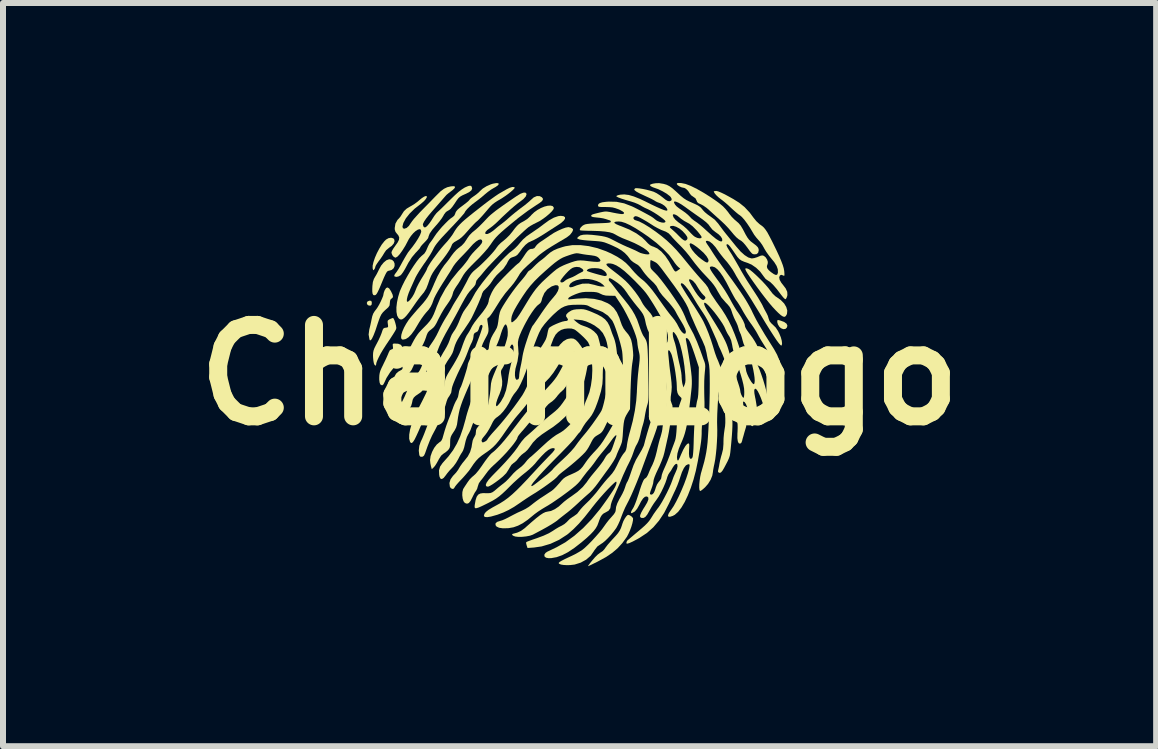
<source format=kicad_pcb>
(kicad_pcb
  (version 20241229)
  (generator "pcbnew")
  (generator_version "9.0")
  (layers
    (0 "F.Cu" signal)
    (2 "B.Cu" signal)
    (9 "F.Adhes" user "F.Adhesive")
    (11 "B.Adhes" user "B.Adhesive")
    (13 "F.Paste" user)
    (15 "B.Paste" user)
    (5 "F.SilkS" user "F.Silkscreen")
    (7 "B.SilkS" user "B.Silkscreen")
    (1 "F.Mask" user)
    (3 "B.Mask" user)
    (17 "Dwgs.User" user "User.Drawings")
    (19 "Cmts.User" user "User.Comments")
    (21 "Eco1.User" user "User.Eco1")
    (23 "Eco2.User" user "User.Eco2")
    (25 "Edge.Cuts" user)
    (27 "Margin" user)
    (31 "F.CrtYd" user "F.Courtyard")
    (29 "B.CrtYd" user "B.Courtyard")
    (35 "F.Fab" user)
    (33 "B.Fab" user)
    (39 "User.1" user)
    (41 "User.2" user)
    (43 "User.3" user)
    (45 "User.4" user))
  (footprint "CharmLogo"
    (layer "F.Cu")
    (at 6.611 3.201)
    (property "Reference" "CharmLogo" (at 0 0 0) (layer "F.SilkS") (effects (font (size 1.524 1.524) (thickness 0.3))))
    (attr board_only exclude_from_pos_files exclude_from_bom)
    (fp_poly (pts (xy -3.472 -1.235) (xy -3.464 -1.215) (xy -3.463 -1.199) (xy -3.468 -1.168) (xy -3.486 -1.156) (xy -3.491 -1.155) (xy -3.522 -1.161) (xy -3.537 -1.173) (xy -3.547 -1.2) (xy -3.535 -1.225) (xy -3.506 -1.238) (xy -3.495 -1.239)) (stroke (width 0) (type solid)) (fill yes) (layer "F.SilkS"))
    (fp_poly (pts (xy 3.331 -0.912) (xy 3.346 -0.908) (xy 3.411 -0.884) (xy 3.451 -0.855) (xy 3.465 -0.822) (xy 3.456 -0.79) (xy 3.431 -0.767) (xy 3.396 -0.764) (xy 3.357 -0.78) (xy 3.33 -0.805) (xy 3.307 -0.843) (xy 3.296 -0.88) (xy 3.296 -0.884) (xy 3.297 -0.908) (xy 3.306 -0.917)) (stroke (width 0) (type solid)) (fill yes) (layer "F.SilkS"))
    (fp_poly (pts (xy -3.105 -2.278) (xy -3.09 -2.262) (xy -3.084 -2.229) (xy -3.098 -2.19) (xy -3.13 -2.153) (xy -3.167 -2.127) (xy -3.224 -2.08) (xy -3.255 -2.035) (xy -3.282 -1.99) (xy -3.317 -1.938) (xy -3.346 -1.9) (xy -3.374 -1.86) (xy -3.395 -1.827) (xy -3.403 -1.807) (xy -3.403 -1.807) (xy -3.41 -1.78) (xy -3.421 -1.762) (xy -3.434 -1.746) (xy -3.442 -1.752) (xy -3.449 -1.778) (xy -3.449 -1.823) (xy -3.435 -1.884) (xy -3.411 -1.955) (xy -3.378 -2.031) (xy -3.339 -2.105) (xy -3.298 -2.173) (xy -3.255 -2.228) (xy -3.226 -2.257) (xy -3.184 -2.281) (xy -3.141 -2.288)) (stroke (width 0) (type solid)) (fill yes) (layer "F.SilkS"))
    (fp_poly (pts (xy -3.024 -0.521) (xy -2.98 -0.504) (xy -2.956 -0.472) (xy -2.95 -0.421) (xy -2.952 -0.399) (xy -2.977 -0.298) (xy -3.028 -0.204) (xy -3.08 -0.141) (xy -3.155 -0.049) (xy -3.218 0.05) (xy -3.249 0.117) (xy -3.27 0.158) (xy -3.291 0.173) (xy -3.315 0.162) (xy -3.323 0.153) (xy -3.333 0.126) (xy -3.339 0.078) (xy -3.339 0.044) (xy -3.337 0.003) (xy -3.331 -0.034) (xy -3.32 -0.072) (xy -3.3 -0.118) (xy -3.269 -0.181) (xy -3.267 -0.186) (xy -3.237 -0.247) (xy -3.211 -0.304) (xy -3.191 -0.35) (xy -3.181 -0.375) (xy -3.162 -0.412) (xy -3.135 -0.426) (xy -3.115 -0.433) (xy -3.109 -0.45) (xy -3.112 -0.477) (xy -3.115 -0.508) (xy -3.107 -0.521) (xy -3.09 -0.524)) (stroke (width 0) (type solid)) (fill yes) (layer "F.SilkS"))
    (fp_poly (pts (xy -3.125 -1.919) (xy -3.097 -1.892) (xy -3.083 -1.856) (xy -3.083 -1.816) (xy -3.099 -1.779) (xy -3.13 -1.752) (xy -3.161 -1.742) (xy -3.18 -1.738) (xy -3.195 -1.733) (xy -3.209 -1.722) (xy -3.223 -1.701) (xy -3.24 -1.668) (xy -3.262 -1.62) (xy -3.291 -1.551) (xy -3.312 -1.5) (xy -3.342 -1.43) (xy -3.365 -1.382) (xy -3.383 -1.351) (xy -3.398 -1.335) (xy -3.412 -1.329) (xy -3.437 -1.332) (xy -3.45 -1.356) (xy -3.451 -1.36) (xy -3.455 -1.392) (xy -3.455 -1.439) (xy -3.453 -1.485) (xy -3.445 -1.55) (xy -3.428 -1.601) (xy -3.409 -1.635) (xy -3.38 -1.684) (xy -3.352 -1.74) (xy -3.342 -1.761) (xy -3.307 -1.824) (xy -3.264 -1.876) (xy -3.219 -1.913) (xy -3.175 -1.929) (xy -3.168 -1.929)) (stroke (width 0) (type solid)) (fill yes) (layer "F.SilkS"))
    (fp_poly (pts (xy 2.795 -1.775) (xy 2.816 -1.767) (xy 2.845 -1.749) (xy 2.888 -1.714) (xy 2.939 -1.668) (xy 2.995 -1.614) (xy 3.052 -1.557) (xy 3.104 -1.5) (xy 3.148 -1.449) (xy 3.179 -1.407) (xy 3.18 -1.406) (xy 3.223 -1.351) (xy 3.27 -1.308) (xy 3.285 -1.299) (xy 3.355 -1.249) (xy 3.41 -1.193) (xy 3.446 -1.133) (xy 3.463 -1.074) (xy 3.458 -1.019) (xy 3.453 -1.007) (xy 3.437 -0.981) (xy 3.417 -0.969) (xy 3.392 -0.974) (xy 3.357 -0.996) (xy 3.311 -1.037) (xy 3.267 -1.081) (xy 3.218 -1.134) (xy 3.159 -1.203) (xy 3.094 -1.285) (xy 3.026 -1.374) (xy 2.967 -1.454) (xy 2.898 -1.55) (xy 2.844 -1.627) (xy 2.804 -1.687) (xy 2.778 -1.73) (xy 2.765 -1.758) (xy 2.764 -1.774) (xy 2.775 -1.779)) (stroke (width 0) (type solid)) (fill yes) (layer "F.SilkS"))
    (fp_poly (pts (xy -3.173 -1.442) (xy -3.144 -1.398) (xy -3.142 -1.394) (xy -3.118 -1.343) (xy -3.11 -1.31) (xy -3.116 -1.288) (xy -3.135 -1.273) (xy -3.154 -1.254) (xy -3.161 -1.219) (xy -3.162 -1.205) (xy -3.167 -1.16) (xy -3.188 -1.128) (xy -3.196 -1.121) (xy -3.244 -1.078) (xy -3.279 -1.043) (xy -3.305 -1.008) (xy -3.325 -0.967) (xy -3.345 -0.914) (xy -3.367 -0.85) (xy -3.402 -0.743) (xy -3.433 -0.663) (xy -3.459 -0.608) (xy -3.479 -0.58) (xy -3.495 -0.578) (xy -3.502 -0.593) (xy -3.516 -0.674) (xy -3.505 -0.759) (xy -3.503 -0.766) (xy -3.489 -0.822) (xy -3.475 -0.886) (xy -3.469 -0.916) (xy -3.456 -0.977) (xy -3.44 -1.022) (xy -3.415 -1.063) (xy -3.392 -1.092) (xy -3.368 -1.126) (xy -3.341 -1.172) (xy -3.314 -1.225) (xy -3.291 -1.276) (xy -3.274 -1.319) (xy -3.269 -1.344) (xy -3.263 -1.373) (xy -3.249 -1.41) (xy -3.247 -1.415) (xy -3.224 -1.45) (xy -3.199 -1.459)) (stroke (width 0) (type solid)) (fill yes) (layer "F.SilkS"))
    (fp_poly (pts (xy 0.839 2.34) (xy 0.87 2.361) (xy 0.89 2.385) (xy 0.892 2.391) (xy 0.891 2.422) (xy 0.881 2.471) (xy 0.864 2.529) (xy 0.841 2.591) (xy 0.815 2.649) (xy 0.79 2.697) (xy 0.785 2.704) (xy 0.712 2.804) (xy 0.634 2.889) (xy 0.546 2.964) (xy 0.443 3.034) (xy 0.319 3.102) (xy 0.296 3.114) (xy 0.239 3.142) (xy 0.191 3.166) (xy 0.156 3.182) (xy 0.14 3.188) (xy 0.14 3.188) (xy 0.145 3.179) (xy 0.163 3.153) (xy 0.192 3.116) (xy 0.215 3.088) (xy 0.259 3.037) (xy 0.303 2.994) (xy 0.341 2.965) (xy 0.349 2.96) (xy 0.387 2.934) (xy 0.417 2.901) (xy 0.422 2.894) (xy 0.44 2.868) (xy 0.471 2.828) (xy 0.512 2.781) (xy 0.548 2.741) (xy 0.603 2.682) (xy 0.642 2.636) (xy 0.669 2.595) (xy 0.69 2.553) (xy 0.707 2.504) (xy 0.715 2.478) (xy 0.731 2.436) (xy 0.754 2.393) (xy 0.779 2.357) (xy 0.801 2.335) (xy 0.81 2.331)) (stroke (width 0) (type solid)) (fill yes) (layer "F.SilkS"))
    (fp_poly (pts (xy -3.099 -0.939) (xy -3.085 -0.91) (xy -3.072 -0.87) (xy -3.061 -0.828) (xy -3.055 -0.793) (xy -3.054 -0.786) (xy -3.056 -0.774) (xy -3.061 -0.758) (xy -3.073 -0.736) (xy -3.092 -0.704) (xy -3.12 -0.66) (xy -3.159 -0.6) (xy -3.211 -0.523) (xy -3.231 -0.493) (xy -3.275 -0.424) (xy -3.316 -0.355) (xy -3.349 -0.291) (xy -3.374 -0.237) (xy -3.388 -0.197) (xy -3.389 -0.185) (xy -3.394 -0.16) (xy -3.406 -0.157) (xy -3.421 -0.175) (xy -3.429 -0.197) (xy -3.437 -0.24) (xy -3.442 -0.294) (xy -3.443 -0.328) (xy -3.441 -0.37) (xy -3.434 -0.407) (xy -3.42 -0.446) (xy -3.395 -0.496) (xy -3.381 -0.522) (xy -3.35 -0.582) (xy -3.322 -0.643) (xy -3.301 -0.695) (xy -3.296 -0.71) (xy -3.282 -0.752) (xy -3.269 -0.775) (xy -3.251 -0.785) (xy -3.231 -0.788) (xy -3.204 -0.792) (xy -3.192 -0.802) (xy -3.192 -0.825) (xy -3.196 -0.851) (xy -3.2 -0.888) (xy -3.195 -0.909) (xy -3.176 -0.923) (xy -3.164 -0.93) (xy -3.132 -0.944) (xy -3.11 -0.951) (xy -3.109 -0.951)) (stroke (width 0) (type solid)) (fill yes) (layer "F.SilkS"))
    (fp_poly (pts (xy 1.683 -3.2) (xy 1.698 -3.199) (xy 1.767 -3.185) (xy 1.854 -3.152) (xy 1.959 -3.1) (xy 2.081 -3.03) (xy 2.184 -2.965) (xy 2.269 -2.907) (xy 2.336 -2.858) (xy 2.39 -2.813) (xy 2.434 -2.767) (xy 2.476 -2.716) (xy 2.495 -2.689) (xy 2.534 -2.64) (xy 2.579 -2.594) (xy 2.613 -2.565) (xy 2.652 -2.531) (xy 2.687 -2.489) (xy 2.722 -2.431) (xy 2.734 -2.408) (xy 2.769 -2.341) (xy 2.798 -2.292) (xy 2.824 -2.257) (xy 2.853 -2.228) (xy 2.888 -2.201) (xy 2.896 -2.195) (xy 2.944 -2.158) (xy 2.972 -2.129) (xy 2.985 -2.101) (xy 2.987 -2.077) (xy 2.977 -2.036) (xy 2.949 -2.014) (xy 2.908 -2.011) (xy 2.883 -2.019) (xy 2.868 -2.032) (xy 2.842 -2.062) (xy 2.811 -2.104) (xy 2.799 -2.121) (xy 2.763 -2.168) (xy 2.729 -2.207) (xy 2.7 -2.233) (xy 2.694 -2.237) (xy 2.652 -2.263) (xy 2.613 -2.296) (xy 2.571 -2.341) (xy 2.522 -2.4) (xy 2.477 -2.452) (xy 2.422 -2.51) (xy 2.366 -2.563) (xy 2.354 -2.574) (xy 2.298 -2.624) (xy 2.236 -2.68) (xy 2.18 -2.731) (xy 2.17 -2.74) (xy 2.116 -2.787) (xy 2.063 -2.824) (xy 2.021 -2.846) (xy 1.981 -2.864) (xy 1.96 -2.884) (xy 1.951 -2.908) (xy 1.933 -2.944) (xy 1.897 -2.97) (xy 1.86 -2.996) (xy 1.835 -3.029) (xy 1.834 -3.03) (xy 1.811 -3.067) (xy 1.779 -3.099) (xy 1.746 -3.119) (xy 1.732 -3.121) (xy 1.701 -3.128) (xy 1.666 -3.144) (xy 1.636 -3.164) (xy 1.621 -3.182) (xy 1.621 -3.185) (xy 1.626 -3.196) (xy 1.645 -3.201)) (stroke (width 0) (type solid)) (fill yes) (layer "F.SilkS"))
    (fp_poly (pts (xy -0.152 -0.297) (xy -0.127 -0.274) (xy -0.115 -0.237) (xy -0.114 -0.182) (xy -0.121 -0.124) (xy -0.145 -0.009) (xy -0.178 0.093) (xy -0.218 0.178) (xy -0.265 0.242) (xy -0.289 0.264) (xy -0.325 0.297) (xy -0.364 0.341) (xy -0.381 0.364) (xy -0.417 0.405) (xy -0.457 0.441) (xy -0.478 0.455) (xy -0.518 0.486) (xy -0.555 0.526) (xy -0.563 0.538) (xy -0.588 0.57) (xy -0.629 0.611) (xy -0.677 0.653) (xy -0.699 0.671) (xy -0.752 0.714) (xy -0.802 0.76) (xy -0.842 0.802) (xy -0.853 0.814) (xy -0.89 0.859) (xy -0.934 0.911) (xy -0.968 0.949) (xy -0.999 0.986) (xy -1.022 1.017) (xy -1.032 1.036) (xy -1.032 1.036) (xy -1.041 1.064) (xy -1.067 1.106) (xy -1.107 1.161) (xy -1.158 1.223) (xy -1.217 1.291) (xy -1.282 1.36) (xy -1.349 1.427) (xy -1.415 1.489) (xy -1.43 1.502) (xy -1.478 1.548) (xy -1.526 1.602) (xy -1.558 1.645) (xy -1.592 1.691) (xy -1.625 1.735) (xy -1.648 1.762) (xy -1.678 1.805) (xy -1.695 1.855) (xy -1.695 1.855) (xy -1.707 1.897) (xy -1.725 1.931) (xy -1.729 1.936) (xy -1.747 1.962) (xy -1.769 2.004) (xy -1.788 2.043) (xy -1.818 2.101) (xy -1.846 2.135) (xy -1.876 2.146) (xy -1.908 2.135) (xy -1.912 2.133) (xy -1.934 2.105) (xy -1.948 2.06) (xy -1.955 2.005) (xy -1.953 1.951) (xy -1.941 1.904) (xy -1.932 1.888) (xy -1.912 1.857) (xy -1.884 1.815) (xy -1.865 1.786) (xy -1.831 1.74) (xy -1.79 1.699) (xy -1.768 1.681) (xy -1.73 1.646) (xy -1.683 1.59) (xy -1.628 1.514) (xy -1.614 1.493) (xy -1.573 1.434) (xy -1.532 1.379) (xy -1.495 1.334) (xy -1.468 1.306) (xy -1.466 1.305) (xy -1.414 1.262) (xy -1.363 1.212) (xy -1.308 1.154) (xy -1.247 1.083) (xy -1.177 0.996) (xy -1.096 0.891) (xy -0.973 0.73) (xy -0.859 0.587) (xy -0.753 0.458) (xy -0.65 0.339) (xy -0.546 0.224) (xy -0.529 0.206) (xy -0.467 0.138) (xy -0.419 0.08) (xy -0.379 0.025) (xy -0.343 -0.034) (xy -0.311 -0.092) (xy -0.269 -0.171) (xy -0.237 -0.229) (xy -0.212 -0.268) (xy -0.193 -0.291) (xy -0.177 -0.301) (xy -0.163 -0.302)) (stroke (width 0) (type solid)) (fill yes) (layer "F.SilkS"))
    (fp_poly (pts (xy -0.266 -2.647) (xy -0.243 -2.631) (xy -0.242 -2.605) (xy -0.265 -2.572) (xy -0.31 -2.532) (xy -0.352 -2.504) (xy -0.403 -2.471) (xy -0.467 -2.43) (xy -0.537 -2.385) (xy -0.597 -2.346) (xy -0.659 -2.308) (xy -0.719 -2.273) (xy -0.77 -2.246) (xy -0.807 -2.23) (xy -0.808 -2.229) (xy -0.855 -2.207) (xy -0.901 -2.17) (xy -0.95 -2.116) (xy -1.001 -2.046) (xy -1.035 -2.004) (xy -1.07 -1.98) (xy -1.098 -1.97) (xy -1.131 -1.959) (xy -1.155 -1.946) (xy -1.174 -1.925) (xy -1.196 -1.889) (xy -1.216 -1.849) (xy -1.269 -1.772) (xy -1.327 -1.717) (xy -1.38 -1.666) (xy -1.43 -1.605) (xy -1.451 -1.573) (xy -1.486 -1.522) (xy -1.527 -1.474) (xy -1.56 -1.441) (xy -1.603 -1.398) (xy -1.625 -1.356) (xy -1.627 -1.347) (xy -1.636 -1.315) (xy -1.657 -1.263) (xy -1.685 -1.195) (xy -1.721 -1.115) (xy -1.762 -1.027) (xy -1.799 -0.951) (xy -1.818 -0.918) (xy -1.848 -0.869) (xy -1.887 -0.811) (xy -1.929 -0.748) (xy -1.941 -0.732) (xy -1.991 -0.658) (xy -2.028 -0.599) (xy -2.055 -0.547) (xy -2.076 -0.497) (xy -2.094 -0.44) (xy -2.103 -0.406) (xy -2.118 -0.366) (xy -2.145 -0.317) (xy -2.175 -0.272) (xy -2.204 -0.229) (xy -2.239 -0.169) (xy -2.276 -0.101) (xy -2.309 -0.033) (xy -2.342 0.039) (xy -2.364 0.095) (xy -2.379 0.141) (xy -2.388 0.186) (xy -2.393 0.234) (xy -2.4 0.292) (xy -2.409 0.333) (xy -2.426 0.371) (xy -2.454 0.415) (xy -2.458 0.422) (xy -2.491 0.475) (xy -2.521 0.532) (xy -2.538 0.577) (xy -2.552 0.616) (xy -2.574 0.673) (xy -2.601 0.741) (xy -2.631 0.813) (xy -2.641 0.837) (xy -2.685 0.939) (xy -2.721 1.018) (xy -2.749 1.075) (xy -2.773 1.112) (xy -2.791 1.131) (xy -2.807 1.134) (xy -2.82 1.123) (xy -2.826 1.114) (xy -2.84 1.063) (xy -2.839 0.994) (xy -2.825 0.91) (xy -2.797 0.813) (xy -2.758 0.708) (xy -2.708 0.598) (xy -2.689 0.563) (xy -2.617 0.423) (xy -2.558 0.303) (xy -2.511 0.202) (xy -2.475 0.116) (xy -2.45 0.045) (xy -2.434 -0.014) (xy -2.413 -0.085) (xy -2.377 -0.173) (xy -2.329 -0.272) (xy -2.27 -0.378) (xy -2.253 -0.405) (xy -2.214 -0.473) (xy -2.186 -0.529) (xy -2.165 -0.582) (xy -2.15 -0.625) (xy -2.131 -0.671) (xy -2.102 -0.718) (xy -2.091 -0.733) (xy -2.066 -0.772) (xy -2.038 -0.825) (xy -2.012 -0.882) (xy -2.01 -0.888) (xy -1.982 -0.957) (xy -1.959 -1.009) (xy -1.937 -1.052) (xy -1.909 -1.094) (xy -1.873 -1.144) (xy -1.871 -1.146) (xy -1.833 -1.202) (xy -1.795 -1.266) (xy -1.77 -1.313) (xy -1.736 -1.374) (xy -1.686 -1.448) (xy -1.623 -1.534) (xy -1.551 -1.625) (xy -1.473 -1.719) (xy -1.392 -1.81) (xy -1.313 -1.896) (xy -1.238 -1.972) (xy -1.172 -2.035) (xy -1.119 -2.076) (xy -1.076 -2.112) (xy -1.029 -2.16) (xy -0.992 -2.204) (xy -0.944 -2.258) (xy -0.884 -2.311) (xy -0.805 -2.366) (xy -0.803 -2.367) (xy -0.742 -2.409) (xy -0.678 -2.453) (xy -0.623 -2.494) (xy -0.597 -2.514) (xy -0.509 -2.578) (xy -0.428 -2.623) (xy -0.355 -2.648) (xy -0.314 -2.653)) (stroke (width 0) (type solid)) (fill yes) (layer "F.SilkS"))
    (fp_poly (pts (xy -0.449 -2.816) (xy -0.431 -2.794) (xy -0.429 -2.78) (xy -0.439 -2.756) (xy -0.468 -2.721) (xy -0.51 -2.681) (xy -0.561 -2.638) (xy -0.616 -2.598) (xy -0.67 -2.563) (xy -0.714 -2.541) (xy -0.768 -2.514) (xy -0.823 -2.483) (xy -0.85 -2.465) (xy -0.876 -2.444) (xy -0.919 -2.406) (xy -0.974 -2.355) (xy -1.039 -2.293) (xy -1.11 -2.222) (xy -1.186 -2.147) (xy -1.264 -2.07) (xy -1.339 -1.994) (xy -1.411 -1.921) (xy -1.474 -1.855) (xy -1.528 -1.798) (xy -1.568 -1.753) (xy -1.592 -1.724) (xy -1.628 -1.68) (xy -1.664 -1.638) (xy -1.686 -1.615) (xy -1.72 -1.572) (xy -1.728 -1.538) (xy -1.735 -1.509) (xy -1.758 -1.475) (xy -1.799 -1.43) (xy -1.836 -1.389) (xy -1.873 -1.338) (xy -1.913 -1.272) (xy -1.96 -1.187) (xy -1.972 -1.165) (xy -2.015 -1.083) (xy -2.067 -0.987) (xy -2.122 -0.888) (xy -2.174 -0.795) (xy -2.193 -0.761) (xy -2.236 -0.685) (xy -2.276 -0.608) (xy -2.311 -0.537) (xy -2.338 -0.478) (xy -2.35 -0.448) (xy -2.38 -0.369) (xy -2.414 -0.291) (xy -2.448 -0.221) (xy -2.48 -0.163) (xy -2.508 -0.122) (xy -2.523 -0.107) (xy -2.538 -0.091) (xy -2.55 -0.068) (xy -2.56 -0.032) (xy -2.571 0.022) (xy -2.578 0.063) (xy -2.59 0.14) (xy -2.6 0.196) (xy -2.61 0.235) (xy -2.622 0.261) (xy -2.637 0.28) (xy -2.658 0.297) (xy -2.686 0.316) (xy -2.687 0.316) (xy -2.734 0.349) (xy -2.763 0.377) (xy -2.781 0.411) (xy -2.791 0.458) (xy -2.793 0.468) (xy -2.807 0.515) (xy -2.837 0.561) (xy -2.862 0.59) (xy -2.899 0.634) (xy -2.919 0.673) (xy -2.929 0.716) (xy -2.942 0.767) (xy -2.961 0.803) (xy -2.985 0.817) (xy -2.987 0.817) (xy -3.004 0.81) (xy -3.028 0.793) (xy -3.046 0.773) (xy -3.055 0.746) (xy -3.058 0.703) (xy -3.058 0.692) (xy -3.057 0.654) (xy -3.05 0.621) (xy -3.036 0.585) (xy -3.011 0.54) (xy -2.991 0.506) (xy -2.956 0.442) (xy -2.918 0.365) (xy -2.885 0.289) (xy -2.874 0.259) (xy -2.846 0.187) (xy -2.819 0.131) (xy -2.788 0.084) (xy -2.751 0.038) (xy -2.7 -0.023) (xy -2.664 -0.077) (xy -2.636 -0.133) (xy -2.613 -0.201) (xy -2.6 -0.245) (xy -2.573 -0.334) (xy -2.541 -0.408) (xy -2.499 -0.48) (xy -2.456 -0.543) (xy -2.421 -0.596) (xy -2.384 -0.661) (xy -2.353 -0.724) (xy -2.351 -0.728) (xy -2.322 -0.79) (xy -2.285 -0.86) (xy -2.246 -0.929) (xy -2.233 -0.95) (xy -2.198 -1.006) (xy -2.165 -1.062) (xy -2.139 -1.108) (xy -2.13 -1.125) (xy -2.109 -1.164) (xy -2.078 -1.216) (xy -2.043 -1.272) (xy -2.027 -1.297) (xy -1.99 -1.358) (xy -1.947 -1.432) (xy -1.906 -1.508) (xy -1.882 -1.553) (xy -1.849 -1.619) (xy -1.821 -1.666) (xy -1.795 -1.701) (xy -1.765 -1.732) (xy -1.726 -1.765) (xy -1.726 -1.765) (xy -1.673 -1.81) (xy -1.614 -1.866) (xy -1.552 -1.927) (xy -1.493 -1.989) (xy -1.442 -2.046) (xy -1.402 -2.095) (xy -1.382 -2.124) (xy -1.355 -2.159) (xy -1.315 -2.2) (xy -1.27 -2.236) (xy -1.22 -2.279) (xy -1.166 -2.333) (xy -1.12 -2.389) (xy -1.119 -2.39) (xy -1.077 -2.446) (xy -1.043 -2.485) (xy -1.013 -2.513) (xy -0.98 -2.536) (xy -0.938 -2.559) (xy -0.929 -2.564) (xy -0.872 -2.6) (xy -0.817 -2.65) (xy -0.802 -2.668) (xy -0.756 -2.712) (xy -0.702 -2.751) (xy -0.644 -2.783) (xy -0.586 -2.807) (xy -0.531 -2.821) (xy -0.484 -2.824)) (stroke (width 0) (type solid)) (fill yes) (layer "F.SilkS"))
    (fp_poly (pts (xy -1.811 -3.154) (xy -1.798 -3.139) (xy -1.79 -3.108) (xy -1.802 -3.079) (xy -1.836 -3.051) (xy -1.895 -3.02) (xy -1.908 -3.015) (xy -1.956 -2.993) (xy -1.99 -2.973) (xy -2.017 -2.95) (xy -2.043 -2.917) (xy -2.076 -2.867) (xy -2.077 -2.865) (xy -2.118 -2.806) (xy -2.151 -2.767) (xy -2.182 -2.744) (xy -2.19 -2.741) (xy -2.227 -2.717) (xy -2.259 -2.675) (xy -2.27 -2.654) (xy -2.296 -2.612) (xy -2.334 -2.561) (xy -2.377 -2.509) (xy -2.39 -2.495) (xy -2.455 -2.42) (xy -2.498 -2.358) (xy -2.517 -2.31) (xy -2.519 -2.297) (xy -2.528 -2.276) (xy -2.552 -2.245) (xy -2.585 -2.21) (xy -2.586 -2.209) (xy -2.619 -2.175) (xy -2.643 -2.147) (xy -2.653 -2.131) (xy -2.653 -2.131) (xy -2.661 -2.115) (xy -2.685 -2.087) (xy -2.719 -2.05) (xy -2.732 -2.037) (xy -2.794 -1.963) (xy -2.853 -1.872) (xy -2.879 -1.823) (xy -2.91 -1.766) (xy -2.941 -1.715) (xy -2.968 -1.678) (xy -2.983 -1.662) (xy -3.02 -1.642) (xy -3.056 -1.635) (xy -3.083 -1.643) (xy -3.089 -1.649) (xy -3.086 -1.667) (xy -3.069 -1.694) (xy -3.064 -1.699) (xy -3.045 -1.725) (xy -3.017 -1.768) (xy -2.985 -1.824) (xy -2.954 -1.881) (xy -2.92 -1.942) (xy -2.887 -1.998) (xy -2.859 -2.043) (xy -2.84 -2.068) (xy -2.785 -2.137) (xy -2.735 -2.206) (xy -2.692 -2.273) (xy -2.66 -2.331) (xy -2.642 -2.377) (xy -2.639 -2.396) (xy -2.647 -2.423) (xy -2.667 -2.431) (xy -2.697 -2.422) (xy -2.733 -2.399) (xy -2.772 -2.363) (xy -2.81 -2.318) (xy -2.845 -2.266) (xy -2.855 -2.247) (xy -2.904 -2.154) (xy -2.952 -2.077) (xy -2.995 -2.017) (xy -3.032 -1.976) (xy -3.063 -1.957) (xy -3.07 -1.956) (xy -3.096 -1.968) (xy -3.12 -1.996) (xy -3.134 -2.032) (xy -3.135 -2.044) (xy -3.127 -2.068) (xy -3.106 -2.105) (xy -3.077 -2.146) (xy -3.076 -2.148) (xy -3.033 -2.208) (xy -3.01 -2.254) (xy -3.006 -2.292) (xy -3.02 -2.326) (xy -3.04 -2.35) (xy -3.068 -2.386) (xy -3.08 -2.424) (xy -3.081 -2.45) (xy -3.069 -2.524) (xy -3.034 -2.586) (xy -3.014 -2.606) (xy -2.988 -2.636) (xy -2.963 -2.675) (xy -2.961 -2.679) (xy -2.927 -2.731) (xy -2.882 -2.773) (xy -2.817 -2.812) (xy -2.807 -2.817) (xy -2.757 -2.847) (xy -2.705 -2.885) (xy -2.679 -2.907) (xy -2.632 -2.946) (xy -2.591 -2.973) (xy -2.56 -2.984) (xy -2.547 -2.98) (xy -2.546 -2.962) (xy -2.563 -2.933) (xy -2.592 -2.899) (xy -2.632 -2.864) (xy -2.645 -2.853) (xy -2.748 -2.773) (xy -2.832 -2.691) (xy -2.896 -2.61) (xy -2.937 -2.534) (xy -2.94 -2.523) (xy -2.952 -2.475) (xy -2.945 -2.447) (xy -2.922 -2.438) (xy -2.883 -2.451) (xy -2.845 -2.485) (xy -2.813 -2.533) (xy -2.794 -2.56) (xy -2.761 -2.602) (xy -2.715 -2.653) (xy -2.662 -2.711) (xy -2.617 -2.757) (xy -2.557 -2.818) (xy -2.497 -2.879) (xy -2.444 -2.934) (xy -2.401 -2.978) (xy -2.38 -2.999) (xy -2.316 -3.062) (xy -2.259 -3.104) (xy -2.205 -3.13) (xy -2.149 -3.143) (xy -2.146 -3.144) (xy -2.105 -3.147) (xy -2.084 -3.145) (xy -2.077 -3.135) (xy -2.076 -3.13) (xy -2.087 -3.11) (xy -2.114 -3.084) (xy -2.14 -3.064) (xy -2.18 -3.034) (xy -2.216 -3.004) (xy -2.23 -2.989) (xy -2.324 -2.881) (xy -2.402 -2.792) (xy -2.46 -2.726) (xy -2.513 -2.664) (xy -2.558 -2.607) (xy -2.591 -2.558) (xy -2.609 -2.521) (xy -2.612 -2.507) (xy -2.603 -2.477) (xy -2.593 -2.465) (xy -2.577 -2.459) (xy -2.558 -2.468) (xy -2.531 -2.494) (xy -2.5 -2.532) (xy -2.467 -2.58) (xy -2.449 -2.609) (xy -2.419 -2.655) (xy -2.386 -2.697) (xy -2.367 -2.716) (xy -2.343 -2.738) (xy -2.305 -2.774) (xy -2.256 -2.822) (xy -2.201 -2.877) (xy -2.157 -2.92) (xy -2.08 -2.995) (xy -2.017 -3.052) (xy -1.962 -3.094) (xy -1.913 -3.125) (xy -1.865 -3.146) (xy -1.84 -3.154)) (stroke (width 0) (type solid)) (fill yes) (layer "F.SilkS"))
    (fp_poly (pts (xy -1.356 -3.197) (xy -1.346 -3.184) (xy -1.36 -3.162) (xy -1.398 -3.135) (xy -1.435 -3.114) (xy -1.477 -3.089) (xy -1.528 -3.052) (xy -1.577 -3.012) (xy -1.584 -3.006) (xy -1.635 -2.962) (xy -1.691 -2.918) (xy -1.739 -2.882) (xy -1.742 -2.88) (xy -1.787 -2.846) (xy -1.832 -2.807) (xy -1.872 -2.768) (xy -1.901 -2.733) (xy -1.915 -2.709) (xy -1.916 -2.705) (xy -1.925 -2.692) (xy -1.95 -2.663) (xy -1.988 -2.619) (xy -2.038 -2.564) (xy -2.097 -2.501) (xy -2.157 -2.438) (xy -2.235 -2.355) (xy -2.297 -2.289) (xy -2.344 -2.235) (xy -2.379 -2.192) (xy -2.405 -2.156) (xy -2.424 -2.125) (xy -2.437 -2.1) (xy -2.459 -2.057) (xy -2.493 -1.999) (xy -2.535 -1.935) (xy -2.579 -1.87) (xy -2.586 -1.862) (xy -2.63 -1.797) (xy -2.673 -1.732) (xy -2.709 -1.672) (xy -2.734 -1.626) (xy -2.736 -1.621) (xy -2.762 -1.564) (xy -2.792 -1.497) (xy -2.821 -1.433) (xy -2.822 -1.43) (xy -2.848 -1.368) (xy -2.867 -1.311) (xy -2.878 -1.264) (xy -2.879 -1.232) (xy -2.871 -1.219) (xy -2.87 -1.219) (xy -2.847 -1.23) (xy -2.818 -1.261) (xy -2.787 -1.303) (xy -2.758 -1.353) (xy -2.736 -1.404) (xy -2.734 -1.41) (xy -2.714 -1.46) (xy -2.683 -1.522) (xy -2.647 -1.586) (xy -2.625 -1.622) (xy -2.593 -1.674) (xy -2.567 -1.718) (xy -2.55 -1.75) (xy -2.545 -1.763) (xy -2.537 -1.785) (xy -2.515 -1.824) (xy -2.483 -1.875) (xy -2.442 -1.934) (xy -2.396 -1.996) (xy -2.349 -2.059) (xy -2.303 -2.116) (xy -2.261 -2.165) (xy -2.25 -2.177) (xy -2.202 -2.23) (xy -2.157 -2.286) (xy -2.12 -2.336) (xy -2.104 -2.362) (xy -2.08 -2.402) (xy -2.056 -2.438) (xy -2.029 -2.473) (xy -1.996 -2.509) (xy -1.956 -2.549) (xy -1.905 -2.594) (xy -1.842 -2.646) (xy -1.764 -2.709) (xy -1.669 -2.783) (xy -1.59 -2.845) (xy -1.524 -2.895) (xy -1.461 -2.941) (xy -1.405 -2.981) (xy -1.362 -3.01) (xy -1.342 -3.023) (xy -1.291 -3.052) (xy -1.236 -3.084) (xy -1.215 -3.096) (xy -1.164 -3.121) (xy -1.121 -3.134) (xy -1.09 -3.132) (xy -1.081 -3.125) (xy -1.086 -3.11) (xy -1.11 -3.085) (xy -1.147 -3.052) (xy -1.194 -3.015) (xy -1.246 -2.978) (xy -1.297 -2.944) (xy -1.317 -2.932) (xy -1.372 -2.9) (xy -1.413 -2.873) (xy -1.447 -2.847) (xy -1.479 -2.817) (xy -1.514 -2.778) (xy -1.56 -2.724) (xy -1.571 -2.711) (xy -1.615 -2.66) (xy -1.657 -2.614) (xy -1.692 -2.578) (xy -1.713 -2.56) (xy -1.737 -2.539) (xy -1.773 -2.502) (xy -1.817 -2.455) (xy -1.862 -2.404) (xy -1.919 -2.34) (xy -1.965 -2.295) (xy -2.006 -2.263) (xy -2.043 -2.241) (xy -2.092 -2.212) (xy -2.121 -2.184) (xy -2.13 -2.164) (xy -2.144 -2.131) (xy -2.162 -2.096) (xy -2.187 -2.056) (xy -2.22 -2.007) (xy -2.265 -1.946) (xy -2.324 -1.87) (xy -2.355 -1.831) (xy -2.408 -1.762) (xy -2.446 -1.705) (xy -2.476 -1.65) (xy -2.501 -1.589) (xy -2.524 -1.52) (xy -2.555 -1.441) (xy -2.594 -1.377) (xy -2.612 -1.356) (xy -2.65 -1.31) (xy -2.692 -1.255) (xy -2.724 -1.211) (xy -2.79 -1.116) (xy -2.844 -1.041) (xy -2.887 -0.987) (xy -2.923 -0.95) (xy -2.952 -0.93) (xy -2.976 -0.924) (xy -2.998 -0.931) (xy -3.019 -0.949) (xy -3.02 -0.951) (xy -3.041 -0.991) (xy -3.052 -1.052) (xy -3.053 -1.127) (xy -3.043 -1.211) (xy -3.024 -1.301) (xy -2.997 -1.391) (xy -2.988 -1.413) (xy -2.955 -1.488) (xy -2.914 -1.57) (xy -2.866 -1.656) (xy -2.816 -1.741) (xy -2.765 -1.82) (xy -2.716 -1.89) (xy -2.672 -1.946) (xy -2.635 -1.983) (xy -2.624 -1.992) (xy -2.587 -2.024) (xy -2.56 -2.066) (xy -2.545 -2.101) (xy -2.525 -2.147) (xy -2.505 -2.186) (xy -2.492 -2.204) (xy -2.473 -2.229) (xy -2.445 -2.268) (xy -2.417 -2.311) (xy -2.384 -2.359) (xy -2.339 -2.415) (xy -2.289 -2.473) (xy -2.236 -2.528) (xy -2.188 -2.576) (xy -2.147 -2.611) (xy -2.124 -2.626) (xy -2.09 -2.654) (xy -2.075 -2.684) (xy -2.066 -2.71) (xy -2.052 -2.734) (xy -2.03 -2.759) (xy -1.994 -2.789) (xy -1.941 -2.829) (xy -1.933 -2.835) (xy -1.89 -2.868) (xy -1.856 -2.896) (xy -1.838 -2.915) (xy -1.835 -2.919) (xy -1.825 -2.932) (xy -1.798 -2.955) (xy -1.763 -2.98) (xy -1.718 -3.012) (xy -1.679 -3.045) (xy -1.659 -3.066) (xy -1.613 -3.108) (xy -1.55 -3.147) (xy -1.479 -3.178) (xy -1.444 -3.189) (xy -1.388 -3.199)) (stroke (width 0) (type solid)) (fill yes) (layer "F.SilkS"))
    (fp_poly (pts (xy -0.886 -3.024) (xy -0.884 -3.01) (xy -0.897 -2.975) (xy -0.935 -2.933) (xy -0.997 -2.885) (xy -1.005 -2.88) (xy -1.042 -2.852) (xy -1.094 -2.809) (xy -1.156 -2.755) (xy -1.222 -2.694) (xy -1.29 -2.631) (xy -1.351 -2.571) (xy -1.398 -2.526) (xy -1.446 -2.485) (xy -1.486 -2.454) (xy -1.496 -2.447) (xy -1.54 -2.415) (xy -1.566 -2.386) (xy -1.574 -2.363) (xy -1.562 -2.35) (xy -1.533 -2.351) (xy -1.491 -2.37) (xy -1.441 -2.404) (xy -1.402 -2.437) (xy -1.36 -2.473) (xy -1.317 -2.506) (xy -1.299 -2.519) (xy -1.266 -2.545) (xy -1.222 -2.581) (xy -1.177 -2.621) (xy -1.177 -2.621) (xy -1.133 -2.659) (xy -1.076 -2.706) (xy -1.015 -2.754) (xy -0.976 -2.784) (xy -0.922 -2.824) (xy -0.874 -2.863) (xy -0.836 -2.895) (xy -0.817 -2.913) (xy -0.764 -2.96) (xy -0.711 -2.983) (xy -0.663 -2.981) (xy -0.63 -2.964) (xy -0.612 -2.943) (xy -0.611 -2.922) (xy -0.628 -2.897) (xy -0.666 -2.867) (xy -0.719 -2.833) (xy -0.863 -2.736) (xy -1.022 -2.617) (xy -1.16 -2.504) (xy -1.24 -2.437) (xy -1.303 -2.382) (xy -1.352 -2.336) (xy -1.392 -2.295) (xy -1.426 -2.255) (xy -1.458 -2.211) (xy -1.481 -2.177) (xy -1.528 -2.113) (xy -1.594 -2.037) (xy -1.673 -1.952) (xy -1.731 -1.895) (xy -1.804 -1.822) (xy -1.86 -1.763) (xy -1.902 -1.714) (xy -1.933 -1.671) (xy -1.955 -1.634) (xy -1.987 -1.578) (xy -2.023 -1.52) (xy -2.051 -1.48) (xy -2.079 -1.436) (xy -2.102 -1.392) (xy -2.11 -1.366) (xy -2.122 -1.324) (xy -2.141 -1.28) (xy -2.169 -1.231) (xy -2.212 -1.168) (xy -2.228 -1.146) (xy -2.265 -1.09) (xy -2.305 -1.021) (xy -2.342 -0.951) (xy -2.354 -0.928) (xy -2.384 -0.866) (xy -2.41 -0.822) (xy -2.435 -0.791) (xy -2.465 -0.766) (xy -2.472 -0.76) (xy -2.507 -0.733) (xy -2.53 -0.705) (xy -2.547 -0.667) (xy -2.559 -0.63) (xy -2.579 -0.575) (xy -2.608 -0.511) (xy -2.641 -0.45) (xy -2.645 -0.442) (xy -2.679 -0.381) (xy -2.71 -0.314) (xy -2.732 -0.254) (xy -2.734 -0.248) (xy -2.767 -0.154) (xy -2.801 -0.083) (xy -2.839 -0.033) (xy -2.882 -0.001) (xy -2.891 0.003) (xy -2.949 0.029) (xy -2.94 0.1) (xy -2.939 0.16) (xy -2.951 0.213) (xy -2.973 0.254) (xy -3 0.274) (xy -3.036 0.297) (xy -3.07 0.339) (xy -3.093 0.389) (xy -3.111 0.427) (xy -3.136 0.465) (xy -3.162 0.494) (xy -3.184 0.509) (xy -3.187 0.509) (xy -3.204 0.499) (xy -3.215 0.483) (xy -3.229 0.435) (xy -3.225 0.374) (xy -3.204 0.298) (xy -3.17 0.215) (xy -3.141 0.154) (xy -3.114 0.094) (xy -3.092 0.044) (xy -3.084 0.024) (xy -3.057 -0.023) (xy -3.022 -0.055) (xy -3.001 -0.067) (xy -2.967 -0.086) (xy -2.952 -0.102) (xy -2.95 -0.126) (xy -2.953 -0.145) (xy -2.955 -0.164) (xy -2.952 -0.186) (xy -2.943 -0.214) (xy -2.928 -0.252) (xy -2.904 -0.304) (xy -2.869 -0.372) (xy -2.837 -0.434) (xy -2.794 -0.518) (xy -2.76 -0.582) (xy -2.731 -0.631) (xy -2.704 -0.671) (xy -2.677 -0.706) (xy -2.645 -0.741) (xy -2.606 -0.781) (xy -2.598 -0.789) (xy -2.539 -0.849) (xy -2.495 -0.901) (xy -2.46 -0.953) (xy -2.431 -1.011) (xy -2.402 -1.083) (xy -2.383 -1.136) (xy -2.32 -1.285) (xy -2.236 -1.438) (xy -2.135 -1.589) (xy -2.02 -1.731) (xy -1.984 -1.77) (xy -1.938 -1.822) (xy -1.897 -1.873) (xy -1.864 -1.917) (xy -1.849 -1.941) (xy -1.826 -1.976) (xy -1.79 -2.022) (xy -1.745 -2.071) (xy -1.72 -2.096) (xy -1.666 -2.151) (xy -1.633 -2.193) (xy -1.621 -2.221) (xy -1.621 -2.221) (xy -1.629 -2.251) (xy -1.651 -2.261) (xy -1.684 -2.252) (xy -1.726 -2.224) (xy -1.776 -2.18) (xy -1.811 -2.141) (xy -1.854 -2.092) (xy -1.908 -2.034) (xy -1.961 -1.979) (xy -1.977 -1.963) (xy -2.023 -1.914) (xy -2.067 -1.863) (xy -2.1 -1.818) (xy -2.11 -1.802) (xy -2.13 -1.768) (xy -2.161 -1.717) (xy -2.201 -1.655) (xy -2.245 -1.585) (xy -2.278 -1.534) (xy -2.322 -1.463) (xy -2.363 -1.394) (xy -2.397 -1.333) (xy -2.421 -1.284) (xy -2.431 -1.259) (xy -2.456 -1.19) (xy -2.482 -1.137) (xy -2.514 -1.09) (xy -2.559 -1.039) (xy -2.593 -0.997) (xy -2.634 -0.94) (xy -2.674 -0.878) (xy -2.693 -0.846) (xy -2.751 -0.749) (xy -2.804 -0.677) (xy -2.853 -0.627) (xy -2.901 -0.598) (xy -2.947 -0.589) (xy -2.968 -0.6) (xy -2.975 -0.629) (xy -2.97 -0.672) (xy -2.953 -0.727) (xy -2.926 -0.789) (xy -2.89 -0.854) (xy -2.847 -0.92) (xy -2.835 -0.935) (xy -2.801 -0.977) (xy -2.755 -1.031) (xy -2.705 -1.089) (xy -2.666 -1.132) (xy -2.611 -1.194) (xy -2.568 -1.247) (xy -2.532 -1.298) (xy -2.501 -1.352) (xy -2.469 -1.417) (xy -2.433 -1.499) (xy -2.425 -1.519) (xy -2.368 -1.645) (xy -2.311 -1.748) (xy -2.253 -1.833) (xy -2.228 -1.863) (xy -2.2 -1.898) (xy -2.165 -1.945) (xy -2.132 -1.992) (xy -2.095 -2.04) (xy -2.054 -2.085) (xy -2.019 -2.115) (xy -1.964 -2.157) (xy -1.921 -2.203) (xy -1.882 -2.261) (xy -1.87 -2.281) (xy -1.836 -2.328) (xy -1.789 -2.376) (xy -1.763 -2.397) (xy -1.724 -2.429) (xy -1.675 -2.474) (xy -1.622 -2.527) (xy -1.579 -2.572) (xy -1.546 -2.607) (xy -1.514 -2.64) (xy -1.48 -2.671) (xy -1.441 -2.703) (xy -1.396 -2.739) (xy -1.34 -2.78) (xy -1.271 -2.829) (xy -1.186 -2.888) (xy -1.083 -2.959) (xy -1.047 -2.983) (xy -0.987 -3.02) (xy -0.938 -3.039) (xy -0.904 -3.041)) (stroke (width 0) (type solid)) (fill yes) (layer "F.SilkS"))
    (fp_poly (pts (xy -0.148 -2.457) (xy -0.126 -2.446) (xy -0.111 -2.432) (xy -0.108 -2.419) (xy -0.117 -2.395) (xy -0.127 -2.377) (xy -0.161 -2.334) (xy -0.216 -2.292) (xy -0.241 -2.277) (xy -0.363 -2.205) (xy -0.464 -2.144) (xy -0.546 -2.092) (xy -0.611 -2.046) (xy -0.663 -2.007) (xy -0.691 -1.983) (xy -0.739 -1.939) (xy -0.798 -1.887) (xy -0.856 -1.835) (xy -0.875 -1.818) (xy -0.942 -1.753) (xy -0.992 -1.692) (xy -1.025 -1.637) (xy -1.056 -1.588) (xy -1.098 -1.528) (xy -1.146 -1.469) (xy -1.172 -1.44) (xy -1.24 -1.359) (xy -1.313 -1.258) (xy -1.382 -1.149) (xy -1.422 -1.085) (xy -1.458 -1.03) (xy -1.489 -0.987) (xy -1.511 -0.962) (xy -1.518 -0.957) (xy -1.534 -0.946) (xy -1.538 -0.925) (xy -1.535 -0.9) (xy -1.524 -0.826) (xy -1.518 -0.773) (xy -1.518 -0.733) (xy -1.525 -0.7) (xy -1.539 -0.667) (xy -1.548 -0.65) (xy -1.586 -0.579) (xy -1.613 -0.523) (xy -1.631 -0.473) (xy -1.644 -0.421) (xy -1.655 -0.359) (xy -1.658 -0.342) (xy -1.672 -0.262) (xy -1.692 -0.186) (xy -1.713 -0.124) (xy -1.714 -0.121) (xy -1.731 -0.082) (xy -1.756 -0.023) (xy -1.788 0.049) (xy -1.823 0.13) (xy -1.86 0.215) (xy -1.867 0.231) (xy -1.913 0.339) (xy -1.949 0.427) (xy -1.976 0.503) (xy -1.997 0.57) (xy -2.012 0.635) (xy -2.025 0.703) (xy -2.034 0.767) (xy -2.043 0.828) (xy -2.057 0.875) (xy -2.08 0.92) (xy -2.102 0.954) (xy -2.131 0.999) (xy -2.147 1.034) (xy -2.155 1.069) (xy -2.157 1.115) (xy -2.157 1.126) (xy -2.158 1.177) (xy -2.164 1.209) (xy -2.176 1.233) (xy -2.194 1.255) (xy -2.23 1.286) (xy -2.268 1.312) (xy -2.272 1.314) (xy -2.307 1.345) (xy -2.344 1.402) (xy -2.354 1.422) (xy -2.381 1.47) (xy -2.408 1.513) (xy -2.43 1.539) (xy -2.463 1.57) (xy -2.477 1.519) (xy -2.487 1.47) (xy -2.492 1.42) (xy -2.492 1.417) (xy -2.483 1.352) (xy -2.458 1.282) (xy -2.423 1.215) (xy -2.38 1.159) (xy -2.338 1.124) (xy -2.315 1.108) (xy -2.299 1.088) (xy -2.285 1.057) (xy -2.271 1.008) (xy -2.265 0.987) (xy -2.247 0.925) (xy -2.223 0.85) (xy -2.196 0.775) (xy -2.184 0.744) (xy -2.158 0.678) (xy -2.133 0.612) (xy -2.112 0.556) (xy -2.104 0.532) (xy -2.084 0.482) (xy -2.062 0.436) (xy -2.048 0.413) (xy -2.026 0.366) (xy -2.016 0.316) (xy -2.007 0.267) (xy -1.989 0.219) (xy -1.986 0.214) (xy -1.973 0.187) (xy -1.956 0.141) (xy -1.936 0.082) (xy -1.915 0.017) (xy -1.895 -0.048) (xy -1.878 -0.106) (xy -1.867 -0.152) (xy -1.862 -0.18) (xy -1.862 -0.181) (xy -1.856 -0.2) (xy -1.841 -0.236) (xy -1.819 -0.283) (xy -1.808 -0.306) (xy -1.785 -0.355) (xy -1.758 -0.417) (xy -1.729 -0.489) (xy -1.7 -0.564) (xy -1.672 -0.638) (xy -1.648 -0.705) (xy -1.63 -0.76) (xy -1.619 -0.799) (xy -1.617 -0.81) (xy -1.623 -0.832) (xy -1.641 -0.836) (xy -1.66 -0.821) (xy -1.662 -0.817) (xy -1.673 -0.789) (xy -1.681 -0.761) (xy -1.698 -0.728) (xy -1.718 -0.716) (xy -1.75 -0.699) (xy -1.765 -0.671) (xy -1.768 -0.636) (xy -1.775 -0.599) (xy -1.791 -0.555) (xy -1.797 -0.542) (xy -1.816 -0.504) (xy -1.839 -0.45) (xy -1.861 -0.392) (xy -1.865 -0.382) (xy -1.889 -0.32) (xy -1.916 -0.257) (xy -1.941 -0.205) (xy -1.943 -0.201) (xy -1.991 -0.107) (xy -2.034 -0.017) (xy -2.071 0.066) (xy -2.101 0.137) (xy -2.121 0.193) (xy -2.13 0.23) (xy -2.13 0.236) (xy -2.14 0.297) (xy -2.172 0.354) (xy -2.183 0.368) (xy -2.2 0.397) (xy -2.216 0.44) (xy -2.222 0.462) (xy -2.238 0.516) (xy -2.263 0.586) (xy -2.295 0.667) (xy -2.33 0.751) (xy -2.366 0.831) (xy -2.4 0.9) (xy -2.422 0.941) (xy -2.458 1.009) (xy -2.495 1.091) (xy -2.535 1.193) (xy -2.575 1.306) (xy -2.592 1.343) (xy -2.612 1.36) (xy -2.628 1.364) (xy -2.656 1.361) (xy -2.67 1.339) (xy -2.671 1.337) (xy -2.68 1.261) (xy -2.671 1.181) (xy -2.648 1.114) (xy -2.622 1.059) (xy -2.591 0.984) (xy -2.555 0.89) (xy -2.515 0.782) (xy -2.497 0.73) (xy -2.475 0.674) (xy -2.449 0.62) (xy -2.426 0.583) (xy -2.398 0.536) (xy -2.372 0.482) (xy -2.364 0.462) (xy -2.342 0.41) (xy -2.315 0.352) (xy -2.301 0.326) (xy -2.272 0.258) (xy -2.254 0.177) (xy -2.251 0.154) (xy -2.245 0.107) (xy -2.236 0.069) (xy -2.222 0.032) (xy -2.2 -0.011) (xy -2.167 -0.067) (xy -2.156 -0.085) (xy -2.102 -0.172) (xy -2.061 -0.243) (xy -2.029 -0.302) (xy -2.003 -0.355) (xy -1.981 -0.407) (xy -1.96 -0.465) (xy -1.95 -0.495) (xy -1.927 -0.557) (xy -1.903 -0.615) (xy -1.881 -0.659) (xy -1.869 -0.677) (xy -1.842 -0.719) (xy -1.814 -0.769) (xy -1.806 -0.787) (xy -1.785 -0.825) (xy -1.752 -0.875) (xy -1.711 -0.929) (xy -1.688 -0.958) (xy -1.614 -1.049) (xy -1.561 -1.124) (xy -1.528 -1.184) (xy -1.514 -1.23) (xy -1.514 -1.238) (xy -1.508 -1.268) (xy -1.491 -1.314) (xy -1.468 -1.366) (xy -1.46 -1.382) (xy -1.436 -1.425) (xy -1.409 -1.466) (xy -1.374 -1.51) (xy -1.329 -1.56) (xy -1.271 -1.622) (xy -1.22 -1.674) (xy -1.162 -1.732) (xy -1.11 -1.782) (xy -1.067 -1.823) (xy -1.036 -1.85) (xy -1.02 -1.862) (xy -1.019 -1.862) (xy -1.006 -1.873) (xy -0.983 -1.901) (xy -0.953 -1.943) (xy -0.932 -1.974) (xy -0.894 -2.031) (xy -0.865 -2.068) (xy -0.839 -2.09) (xy -0.814 -2.101) (xy -0.783 -2.103) (xy -0.783 -2.103) (xy -0.752 -2.115) (xy -0.734 -2.14) (xy -0.713 -2.168) (xy -0.678 -2.2) (xy -0.65 -2.22) (xy -0.605 -2.25) (xy -0.55 -2.287) (xy -0.495 -2.325) (xy -0.489 -2.329) (xy -0.426 -2.37) (xy -0.357 -2.406) (xy -0.29 -2.436) (xy -0.231 -2.457) (xy -0.187 -2.465) (xy -0.186 -2.465)) (stroke (width 0) (type solid)) (fill yes) (layer "F.SilkS"))
    (fp_poly (pts (xy 1.338 -3.196) (xy 1.401 -3.186) (xy 1.452 -3.171) (xy 1.498 -3.148) (xy 1.546 -3.114) (xy 1.602 -3.065) (xy 1.628 -3.041) (xy 1.687 -2.986) (xy 1.736 -2.946) (xy 1.782 -2.916) (xy 1.832 -2.891) (xy 1.855 -2.881) (xy 1.92 -2.852) (xy 1.966 -2.83) (xy 1.998 -2.81) (xy 2.023 -2.789) (xy 2.046 -2.762) (xy 2.057 -2.748) (xy 2.089 -2.714) (xy 2.135 -2.676) (xy 2.18 -2.644) (xy 2.254 -2.589) (xy 2.314 -2.521) (xy 2.32 -2.512) (xy 2.357 -2.462) (xy 2.401 -2.403) (xy 2.446 -2.346) (xy 2.453 -2.338) (xy 2.498 -2.282) (xy 2.55 -2.218) (xy 2.601 -2.155) (xy 2.615 -2.138) (xy 2.685 -2.058) (xy 2.752 -1.998) (xy 2.813 -1.959) (xy 2.867 -1.943) (xy 2.875 -1.943) (xy 2.914 -1.949) (xy 2.962 -1.964) (xy 2.98 -1.972) (xy 3.021 -1.989) (xy 3.049 -1.993) (xy 3.072 -1.986) (xy 3.102 -1.962) (xy 3.126 -1.925) (xy 3.139 -1.885) (xy 3.136 -1.852) (xy 3.135 -1.85) (xy 3.123 -1.814) (xy 3.128 -1.782) (xy 3.153 -1.748) (xy 3.191 -1.715) (xy 3.24 -1.681) (xy 3.274 -1.667) (xy 3.295 -1.673) (xy 3.306 -1.701) (xy 3.307 -1.708) (xy 3.305 -1.762) (xy 3.285 -1.818) (xy 3.246 -1.881) (xy 3.201 -1.936) (xy 3.157 -1.991) (xy 3.114 -2.051) (xy 3.08 -2.107) (xy 3.075 -2.117) (xy 3.045 -2.169) (xy 3.01 -2.218) (xy 2.981 -2.251) (xy 2.947 -2.29) (xy 2.91 -2.339) (xy 2.891 -2.371) (xy 2.842 -2.453) (xy 2.793 -2.526) (xy 2.747 -2.588) (xy 2.706 -2.634) (xy 2.677 -2.659) (xy 2.648 -2.679) (xy 2.608 -2.712) (xy 2.56 -2.754) (xy 2.525 -2.786) (xy 2.474 -2.834) (xy 2.422 -2.879) (xy 2.377 -2.915) (xy 2.355 -2.931) (xy 2.315 -2.963) (xy 2.278 -2.998) (xy 2.25 -3.032) (xy 2.238 -3.057) (xy 2.237 -3.06) (xy 2.249 -3.065) (xy 2.277 -3.068) (xy 2.28 -3.068) (xy 2.31 -3.061) (xy 2.359 -3.041) (xy 2.42 -3.012) (xy 2.49 -2.974) (xy 2.565 -2.932) (xy 2.638 -2.886) (xy 2.662 -2.871) (xy 2.751 -2.799) (xy 2.837 -2.707) (xy 2.9 -2.622) (xy 2.947 -2.564) (xy 3 -2.515) (xy 3.015 -2.504) (xy 3.046 -2.482) (xy 3.074 -2.456) (xy 3.101 -2.422) (xy 3.131 -2.377) (xy 3.164 -2.316) (xy 3.205 -2.237) (xy 3.225 -2.197) (xy 3.283 -2.078) (xy 3.329 -1.979) (xy 3.363 -1.898) (xy 3.388 -1.832) (xy 3.404 -1.778) (xy 3.412 -1.733) (xy 3.413 -1.723) (xy 3.416 -1.68) (xy 3.415 -1.658) (xy 3.408 -1.653) (xy 3.393 -1.659) (xy 3.389 -1.661) (xy 3.363 -1.67) (xy 3.342 -1.66) (xy 3.339 -1.657) (xy 3.328 -1.628) (xy 3.336 -1.586) (xy 3.364 -1.537) (xy 3.39 -1.504) (xy 3.437 -1.442) (xy 3.462 -1.386) (xy 3.465 -1.335) (xy 3.462 -1.317) (xy 3.45 -1.284) (xy 3.437 -1.264) (xy 3.434 -1.263) (xy 3.419 -1.27) (xy 3.394 -1.295) (xy 3.364 -1.332) (xy 3.361 -1.336) (xy 3.289 -1.431) (xy 3.227 -1.503) (xy 3.177 -1.551) (xy 3.142 -1.573) (xy 3.102 -1.601) (xy 3.065 -1.649) (xy 3.064 -1.651) (xy 3.011 -1.723) (xy 2.943 -1.788) (xy 2.869 -1.839) (xy 2.805 -1.867) (xy 2.743 -1.888) (xy 2.698 -1.908) (xy 2.664 -1.932) (xy 2.632 -1.967) (xy 2.596 -2.018) (xy 2.586 -2.033) (xy 2.541 -2.098) (xy 2.508 -2.143) (xy 2.484 -2.169) (xy 2.467 -2.18) (xy 2.454 -2.178) (xy 2.451 -2.175) (xy 2.45 -2.158) (xy 2.466 -2.123) (xy 2.499 -2.07) (xy 2.504 -2.062) (xy 2.538 -2.009) (xy 2.578 -1.941) (xy 2.62 -1.868) (xy 2.651 -1.814) (xy 2.692 -1.74) (xy 2.74 -1.658) (xy 2.787 -1.581) (xy 2.816 -1.536) (xy 2.881 -1.436) (xy 2.934 -1.355) (xy 2.975 -1.291) (xy 3.006 -1.238) (xy 3.031 -1.196) (xy 3.05 -1.161) (xy 3.058 -1.143) (xy 3.082 -1.095) (xy 3.107 -1.049) (xy 3.118 -1.029) (xy 3.139 -0.985) (xy 3.153 -0.938) (xy 3.154 -0.936) (xy 3.167 -0.898) (xy 3.196 -0.862) (xy 3.224 -0.836) (xy 3.271 -0.79) (xy 3.309 -0.732) (xy 3.331 -0.688) (xy 3.356 -0.627) (xy 3.371 -0.571) (xy 3.376 -0.525) (xy 3.371 -0.496) (xy 3.365 -0.491) (xy 3.351 -0.497) (xy 3.324 -0.527) (xy 3.285 -0.579) (xy 3.236 -0.653) (xy 3.175 -0.748) (xy 3.103 -0.863) (xy 3.03 -0.985) (xy 2.973 -1.078) (xy 2.916 -1.171) (xy 2.861 -1.261) (xy 2.81 -1.341) (xy 2.767 -1.407) (xy 2.74 -1.448) (xy 2.696 -1.514) (xy 2.652 -1.585) (xy 2.612 -1.651) (xy 2.588 -1.695) (xy 2.552 -1.756) (xy 2.505 -1.823) (xy 2.457 -1.886) (xy 2.442 -1.902) (xy 2.399 -1.952) (xy 2.359 -2.002) (xy 2.328 -2.043) (xy 2.318 -2.057) (xy 2.266 -2.131) (xy 2.216 -2.187) (xy 2.169 -2.224) (xy 2.129 -2.237) (xy 2.127 -2.237) (xy 2.108 -2.233) (xy 2.106 -2.218) (xy 2.122 -2.19) (xy 2.136 -2.169) (xy 2.161 -2.133) (xy 2.192 -2.085) (xy 2.218 -2.044) (xy 2.24 -2.01) (xy 2.274 -1.959) (xy 2.319 -1.894) (xy 2.371 -1.821) (xy 2.427 -1.744) (xy 2.457 -1.702) (xy 2.545 -1.582) (xy 2.618 -1.479) (xy 2.679 -1.392) (xy 2.729 -1.317) (xy 2.771 -1.251) (xy 2.807 -1.19) (xy 2.839 -1.133) (xy 2.869 -1.075) (xy 2.886 -1.038) (xy 2.916 -0.978) (xy 2.949 -0.914) (xy 2.988 -0.844) (xy 3.035 -0.765) (xy 3.09 -0.672) (xy 3.158 -0.564) (xy 3.238 -0.437) (xy 3.243 -0.429) (xy 3.294 -0.336) (xy 3.33 -0.247) (xy 3.347 -0.167) (xy 3.349 -0.138) (xy 3.343 -0.105) (xy 3.328 -0.093) (xy 3.306 -0.1) (xy 3.281 -0.124) (xy 3.255 -0.162) (xy 3.231 -0.212) (xy 3.224 -0.235) (xy 3.206 -0.276) (xy 3.178 -0.332) (xy 3.142 -0.395) (xy 3.105 -0.453) (xy 3.065 -0.517) (xy 3.025 -0.581) (xy 2.992 -0.638) (xy 2.971 -0.677) (xy 2.943 -0.727) (xy 2.905 -0.787) (xy 2.866 -0.844) (xy 2.86 -0.851) (xy 2.822 -0.905) (xy 2.778 -0.973) (xy 2.736 -1.042) (xy 2.719 -1.072) (xy 2.687 -1.129) (xy 2.655 -1.181) (xy 2.629 -1.221) (xy 2.616 -1.238) (xy 2.597 -1.265) (xy 2.571 -1.31) (xy 2.54 -1.367) (xy 2.509 -1.426) (xy 2.447 -1.545) (xy 2.392 -1.64) (xy 2.342 -1.712) (xy 2.297 -1.763) (xy 2.256 -1.795) (xy 2.216 -1.808) (xy 2.205 -1.809) (xy 2.184 -1.806) (xy 2.173 -1.797) (xy 2.174 -1.779) (xy 2.187 -1.749) (xy 2.214 -1.706) (xy 2.255 -1.648) (xy 2.311 -1.571) (xy 2.323 -1.555) (xy 2.373 -1.485) (xy 2.425 -1.407) (xy 2.471 -1.331) (xy 2.507 -1.267) (xy 2.543 -1.201) (xy 2.583 -1.132) (xy 2.621 -1.071) (xy 2.641 -1.044) (xy 2.69 -0.971) (xy 2.728 -0.904) (xy 2.752 -0.847) (xy 2.759 -0.809) (xy 2.768 -0.786) (xy 2.789 -0.75) (xy 2.821 -0.705) (xy 2.84 -0.68) (xy 2.881 -0.625) (xy 2.919 -0.566) (xy 2.948 -0.515) (xy 2.955 -0.5) (xy 2.983 -0.443) (xy 3.016 -0.382) (xy 3.037 -0.348) (xy 3.076 -0.284) (xy 3.118 -0.211) (xy 3.159 -0.136) (xy 3.197 -0.063) (xy 3.227 -0.000097) (xy 3.248 0.048) (xy 3.251 0.057) (xy 3.264 0.13) (xy 3.256 0.195) (xy 3.23 0.242) (xy 3.208 0.263) (xy 3.192 0.26) (xy 3.18 0.233) (xy 3.172 0.18) (xy 3.171 0.174) (xy 3.164 0.126) (xy 3.153 0.087) (xy 3.143 0.069) (xy 3.128 0.043) (xy 3.114 0.002) (xy 3.108 -0.018) (xy 3.091 -0.072) (xy 3.065 -0.125) (xy 3.057 -0.139) (xy 3.028 -0.188) (xy 3.002 -0.241) (xy 2.996 -0.256) (xy 2.979 -0.298) (xy 2.96 -0.333) (xy 2.954 -0.343) (xy 2.938 -0.36) (xy 2.926 -0.355) (xy 2.921 -0.348) (xy 2.914 -0.329) (xy 2.916 -0.301) (xy 2.928 -0.261) (xy 2.951 -0.204) (xy 2.969 -0.165) (xy 3 -0.092) (xy 3.031 -0.006) (xy 3.062 0.085) (xy 3.089 0.175) (xy 3.111 0.257) (xy 3.126 0.326) (xy 3.131 0.363) (xy 3.132 0.424) (xy 3.126 0.481) (xy 3.114 0.527) (xy 3.098 0.554) (xy 3.095 0.556) (xy 3.086 0.547) (xy 3.072 0.518) (xy 3.056 0.474) (xy 3.048 0.452) (xy 3.024 0.385) (xy 2.998 0.324) (xy 2.973 0.274) (xy 2.95 0.241) (xy 2.933 0.228) (xy 2.933 0.228) (xy 2.918 0.236) (xy 2.912 0.261) (xy 2.915 0.306) (xy 2.927 0.373) (xy 2.934 0.404) (xy 2.954 0.525) (xy 2.959 0.634) (xy 2.948 0.728) (xy 2.922 0.8) (xy 2.9 0.838) (xy 2.882 0.854) (xy 2.866 0.848) (xy 2.852 0.819) (xy 2.84 0.765) (xy 2.827 0.686) (xy 2.827 0.681) (xy 2.813 0.606) (xy 2.795 0.539) (xy 2.775 0.487) (xy 2.754 0.455) (xy 2.747 0.449) (xy 2.729 0.443) (xy 2.726 0.445) (xy 2.726 0.459) (xy 2.729 0.495) (xy 2.735 0.549) (xy 2.744 0.615) (xy 2.749 0.654) (xy 2.778 0.858) (xy 2.749 0.955) (xy 2.734 1.01) (xy 2.719 1.061) (xy 2.71 1.098) (xy 2.71 1.099) (xy 2.696 1.133) (xy 2.675 1.145) (xy 2.673 1.145) (xy 2.652 1.136) (xy 2.638 1.105) (xy 2.631 1.052) (xy 2.632 0.975) (xy 2.634 0.944) (xy 2.636 0.882) (xy 2.635 0.826) (xy 2.627 0.768) (xy 2.614 0.696) (xy 2.608 0.669) (xy 2.587 0.583) (xy 2.566 0.505) (xy 2.545 0.439) (xy 2.526 0.389) (xy 2.51 0.359) (xy 2.504 0.354) (xy 2.497 0.352) (xy 2.493 0.359) (xy 2.493 0.377) (xy 2.497 0.412) (xy 2.505 0.467) (xy 2.513 0.523) (xy 2.523 0.591) (xy 2.533 0.658) (xy 2.542 0.714) (xy 2.545 0.737) (xy 2.548 0.771) (xy 2.549 0.812) (xy 2.548 0.865) (xy 2.545 0.933) (xy 2.539 1.018) (xy 2.53 1.124) (xy 2.52 1.228) (xy 2.513 1.294) (xy 2.505 1.344) (xy 2.491 1.387) (xy 2.47 1.435) (xy 2.443 1.487) (xy 2.409 1.551) (xy 2.383 1.595) (xy 2.362 1.62) (xy 2.345 1.631) (xy 2.328 1.631) (xy 2.323 1.629) (xy 2.308 1.613) (xy 2.31 1.591) (xy 2.317 1.561) (xy 2.326 1.517) (xy 2.332 1.48) (xy 2.344 1.421) (xy 2.361 1.355) (xy 2.373 1.315) (xy 2.392 1.237) (xy 2.399 1.15) (xy 2.399 1.121) (xy 2.401 1.051) (xy 2.408 0.975) (xy 2.417 0.911) (xy 2.426 0.854) (xy 2.43 0.797) (xy 2.43 0.729) (xy 2.425 0.644) (xy 2.425 0.643) (xy 2.415 0.519) (xy 2.407 0.419) (xy 2.399 0.343) (xy 2.392 0.293) (xy 2.39 0.285) (xy 2.375 0.261) (xy 2.351 0.255) (xy 2.329 0.269) (xy 2.324 0.278) (xy 2.319 0.303) (xy 2.314 0.349) (xy 2.309 0.411) (xy 2.304 0.485) (xy 2.3 0.564) (xy 2.296 0.644) (xy 2.294 0.719) (xy 2.293 0.785) (xy 2.294 0.835) (xy 2.294 0.837) (xy 2.296 0.919) (xy 2.295 1.014) (xy 2.29 1.118) (xy 2.283 1.222) (xy 2.273 1.32) (xy 2.262 1.406) (xy 2.25 1.471) (xy 2.25 1.471) (xy 2.238 1.527) (xy 2.229 1.575) (xy 2.224 1.609) (xy 2.224 1.615) (xy 2.213 1.677) (xy 2.185 1.747) (xy 2.142 1.816) (xy 2.093 1.872) (xy 2.056 1.905) (xy 2.027 1.927) (xy 2.009 1.935) (xy 2.008 1.935) (xy 1.999 1.915) (xy 1.995 1.876) (xy 1.996 1.822) (xy 2.002 1.76) (xy 2.012 1.695) (xy 2.025 1.634) (xy 2.03 1.619) (xy 2.056 1.527) (xy 2.079 1.445) (xy 2.097 1.367) (xy 2.112 1.291) (xy 2.124 1.212) (xy 2.134 1.125) (xy 2.141 1.027) (xy 2.148 0.914) (xy 2.154 0.78) (xy 2.159 0.677) (xy 2.166 0.474) (xy 2.17 0.296) (xy 2.171 0.143) (xy 2.17 0.015) (xy 2.167 -0.086) (xy 2.16 -0.162) (xy 2.151 -0.211) (xy 2.15 -0.214) (xy 2.138 -0.26) (xy 2.126 -0.319) (xy 2.117 -0.368) (xy 2.092 -0.469) (xy 2.05 -0.569) (xy 2.009 -0.654) (xy 1.967 -0.743) (xy 1.927 -0.831) (xy 1.891 -0.914) (xy 1.86 -0.985) (xy 1.838 -1.041) (xy 1.83 -1.066) (xy 1.808 -1.122) (xy 1.774 -1.189) (xy 1.727 -1.268) (xy 1.666 -1.361) (xy 1.589 -1.471) (xy 1.563 -1.507) (xy 1.688 -1.507) (xy 1.695 -1.491) (xy 1.715 -1.456) (xy 1.745 -1.406) (xy 1.784 -1.343) (xy 1.83 -1.272) (xy 1.855 -1.233) (xy 1.907 -1.154) (xy 1.956 -1.076) (xy 2 -1.004) (xy 2.037 -0.943) (xy 2.062 -0.898) (xy 2.067 -0.888) (xy 2.108 -0.799) (xy 2.151 -0.694) (xy 2.191 -0.583) (xy 2.225 -0.476) (xy 2.237 -0.436) (xy 2.258 -0.367) (xy 2.285 -0.292) (xy 2.312 -0.23) (xy 2.342 -0.152) (xy 2.367 -0.063) (xy 2.379 -0.01) (xy 2.397 0.079) (xy 2.417 0.142) (xy 2.438 0.178) (xy 2.459 0.188) (xy 2.468 0.183) (xy 2.474 0.166) (xy 2.477 0.132) (xy 2.478 0.077) (xy 2.478 0.056) (xy 2.477 -0.011) (xy 2.472 -0.066) (xy 2.461 -0.118) (xy 2.443 -0.18) (xy 2.433 -0.208) (xy 2.411 -0.273) (xy 2.386 -0.336) (xy 2.364 -0.388) (xy 2.355 -0.409) (xy 2.334 -0.453) (xy 2.317 -0.492) (xy 2.311 -0.509) (xy 2.299 -0.543) (xy 2.276 -0.6) (xy 2.24 -0.682) (xy 2.193 -0.787) (xy 2.162 -0.855) (xy 2.132 -0.914) (xy 2.093 -0.982) (xy 2.053 -1.045) (xy 2.045 -1.056) (xy 2.007 -1.114) (xy 1.962 -1.183) (xy 1.954 -1.196) (xy 2.076 -1.196) (xy 2.081 -1.167) (xy 2.101 -1.122) (xy 2.134 -1.064) (xy 2.21 -0.942) (xy 2.273 -0.84) (xy 2.325 -0.754) (xy 2.368 -0.682) (xy 2.401 -0.62) (xy 2.429 -0.565) (xy 2.451 -0.515) (xy 2.469 -0.466) (xy 2.485 -0.415) (xy 2.501 -0.359) (xy 2.517 -0.295) (xy 2.519 -0.288) (xy 2.542 -0.199) (xy 2.568 -0.107) (xy 2.594 -0.019) (xy 2.617 0.055) (xy 2.628 0.085) (xy 2.648 0.146) (xy 2.665 0.2) (xy 2.676 0.242) (xy 2.679 0.262) (xy 2.684 0.293) (xy 2.696 0.328) (xy 2.712 0.359) (xy 2.727 0.378) (xy 2.735 0.38) (xy 2.741 0.364) (xy 2.745 0.329) (xy 2.746 0.284) (xy 2.743 0.226) (xy 2.731 0.158) (xy 2.711 0.077) (xy 2.682 -0.022) (xy 2.651 -0.114) (xy 2.607 -0.251) (xy 2.573 -0.366) (xy 2.551 -0.461) (xy 2.544 -0.502) (xy 2.527 -0.578) (xy 2.501 -0.636) (xy 2.49 -0.652) (xy 2.462 -0.698) (xy 2.438 -0.747) (xy 2.432 -0.762) (xy 2.412 -0.806) (xy 2.381 -0.86) (xy 2.34 -0.921) (xy 2.295 -0.984) (xy 2.247 -1.047) (xy 2.199 -1.104) (xy 2.156 -1.152) (xy 2.119 -1.187) (xy 2.093 -1.204) (xy 2.087 -1.206) (xy 2.076 -1.196) (xy 1.954 -1.196) (xy 1.918 -1.255) (xy 1.896 -1.292) (xy 1.849 -1.369) (xy 1.804 -1.433) (xy 1.764 -1.483) (xy 1.731 -1.516) (xy 1.706 -1.53) (xy 1.691 -1.525) (xy 1.688 -1.507) (xy 1.563 -1.507) (xy 1.528 -1.554) (xy 1.505 -1.586) (xy 1.824 -1.586) (xy 1.828 -1.569) (xy 1.842 -1.539) (xy 1.868 -1.491) (xy 1.884 -1.464) (xy 1.927 -1.392) (xy 1.969 -1.332) (xy 2.008 -1.286) (xy 2.04 -1.257) (xy 2.064 -1.249) (xy 2.066 -1.249) (xy 2.086 -1.264) (xy 2.095 -1.276) (xy 2.099 -1.294) (xy 2.085 -1.315) (xy 2.066 -1.332) (xy 2.037 -1.364) (xy 2.004 -1.408) (xy 1.981 -1.444) (xy 1.935 -1.519) (xy 1.892 -1.568) (xy 1.855 -1.592) (xy 1.841 -1.594) (xy 1.828 -1.593) (xy 1.824 -1.586) (xy 1.505 -1.586) (xy 1.463 -1.643) (xy 1.411 -1.713) (xy 1.371 -1.767) (xy 1.34 -1.806) (xy 1.316 -1.835) (xy 1.298 -1.854) (xy 1.283 -1.867) (xy 1.268 -1.877) (xy 1.253 -1.885) (xy 1.246 -1.889) (xy 1.212 -1.905) (xy 1.19 -1.915) (xy 1.186 -1.916) (xy 1.182 -1.904) (xy 1.179 -1.873) (xy 1.179 -1.846) (xy 1.18 -1.811) (xy 1.185 -1.785) (xy 1.2 -1.761) (xy 1.227 -1.732) (xy 1.258 -1.702) (xy 1.302 -1.656) (xy 1.357 -1.589) (xy 1.422 -1.504) (xy 1.496 -1.404) (xy 1.575 -1.29) (xy 1.654 -1.172) (xy 1.691 -1.112) (xy 1.726 -1.045) (xy 1.753 -0.985) (xy 1.759 -0.971) (xy 1.784 -0.908) (xy 1.816 -0.841) (xy 1.841 -0.794) (xy 1.901 -0.682) (xy 1.958 -0.554) (xy 2.016 -0.404) (xy 2.019 -0.395) (xy 2.041 -0.334) (xy 2.061 -0.276) (xy 2.078 -0.231) (xy 2.085 -0.212) (xy 2.093 -0.18) (xy 2.096 -0.143) (xy 2.093 -0.093) (xy 2.088 -0.044) (xy 2.083 0.017) (xy 2.079 0.099) (xy 2.078 0.199) (xy 2.079 0.309) (xy 2.08 0.358) (xy 2.083 0.455) (xy 2.083 0.529) (xy 2.083 0.586) (xy 2.081 0.63) (xy 2.077 0.664) (xy 2.07 0.695) (xy 2.062 0.724) (xy 2.042 0.817) (xy 2.036 0.929) (xy 2.036 0.976) (xy 2.034 1.019) (xy 2.031 1.062) (xy 2.026 1.11) (xy 2.018 1.166) (xy 2.007 1.235) (xy 1.992 1.322) (xy 1.973 1.431) (xy 1.971 1.441) (xy 1.939 1.596) (xy 1.9 1.743) (xy 1.855 1.881) (xy 1.806 2.006) (xy 1.754 2.116) (xy 1.699 2.209) (xy 1.644 2.281) (xy 1.588 2.331) (xy 1.554 2.349) (xy 1.507 2.364) (xy 1.48 2.361) (xy 1.474 2.341) (xy 1.488 2.305) (xy 1.523 2.253) (xy 1.533 2.239) (xy 1.57 2.184) (xy 1.612 2.108) (xy 1.657 2.018) (xy 1.701 1.92) (xy 1.743 1.819) (xy 1.779 1.722) (xy 1.808 1.633) (xy 1.827 1.56) (xy 1.83 1.543) (xy 1.835 1.507) (xy 1.832 1.491) (xy 1.818 1.488) (xy 1.808 1.489) (xy 1.773 1.507) (xy 1.74 1.551) (xy 1.707 1.62) (xy 1.68 1.699) (xy 1.658 1.767) (xy 1.631 1.839) (xy 1.604 1.901) (xy 1.601 1.909) (xy 1.576 1.961) (xy 1.545 2.028) (xy 1.512 2.099) (xy 1.489 2.147) (xy 1.41 2.3) (xy 1.324 2.429) (xy 1.23 2.539) (xy 1.123 2.634) (xy 1 2.715) (xy 0.963 2.736) (xy 0.888 2.776) (xy 0.833 2.801) (xy 0.798 2.812) (xy 0.782 2.809) (xy 0.782 2.793) (xy 0.782 2.792) (xy 0.789 2.772) (xy 0.79 2.767) (xy 0.8 2.757) (xy 0.827 2.734) (xy 0.868 2.699) (xy 0.92 2.655) (xy 0.965 2.617) (xy 1.035 2.558) (xy 1.088 2.511) (xy 1.128 2.471) (xy 1.16 2.434) (xy 1.187 2.395) (xy 1.201 2.373) (xy 1.236 2.317) (xy 1.275 2.262) (xy 1.308 2.217) (xy 1.313 2.212) (xy 1.341 2.171) (xy 1.377 2.112) (xy 1.416 2.041) (xy 1.456 1.964) (xy 1.493 1.887) (xy 1.524 1.816) (xy 1.546 1.758) (xy 1.547 1.755) (xy 1.567 1.699) (xy 1.592 1.642) (xy 1.603 1.618) (xy 1.625 1.565) (xy 1.634 1.52) (xy 1.629 1.489) (xy 1.622 1.481) (xy 1.603 1.484) (xy 1.578 1.507) (xy 1.552 1.546) (xy 1.545 1.559) (xy 1.523 1.597) (xy 1.499 1.629) (xy 1.481 1.657) (xy 1.463 1.7) (xy 1.454 1.732) (xy 1.432 1.796) (xy 1.4 1.871) (xy 1.362 1.95) (xy 1.321 2.024) (xy 1.281 2.083) (xy 1.267 2.102) (xy 1.238 2.142) (xy 1.204 2.195) (xy 1.171 2.253) (xy 1.164 2.265) (xy 1.129 2.327) (xy 1.097 2.366) (xy 1.067 2.383) (xy 1.035 2.383) (xy 1.023 2.379) (xy 1.009 2.364) (xy 1.011 2.336) (xy 1.03 2.291) (xy 1.065 2.229) (xy 1.087 2.195) (xy 1.127 2.127) (xy 1.147 2.078) (xy 1.147 2.044) (xy 1.128 2.027) (xy 1.121 2.025) (xy 1.091 2.03) (xy 1.059 2.058) (xy 1.025 2.109) (xy 0.997 2.164) (xy 0.96 2.23) (xy 0.925 2.272) (xy 0.913 2.281) (xy 0.884 2.297) (xy 0.866 2.304) (xy 0.865 2.304) (xy 0.857 2.295) (xy 0.863 2.27) (xy 0.883 2.235) (xy 0.89 2.225) (xy 0.906 2.196) (xy 0.927 2.147) (xy 0.95 2.086) (xy 0.973 2.017) (xy 0.977 2.005) (xy 0.984 1.985) (xy 1.174 1.985) (xy 1.193 1.996) (xy 1.218 1.987) (xy 1.237 1.966) (xy 1.252 1.935) (xy 1.267 1.891) (xy 1.272 1.873) (xy 1.292 1.824) (xy 1.321 1.781) (xy 1.328 1.774) (xy 1.359 1.73) (xy 1.366 1.695) (xy 1.372 1.663) (xy 1.388 1.617) (xy 1.409 1.566) (xy 1.412 1.56) (xy 1.437 1.504) (xy 1.466 1.435) (xy 1.491 1.37) (xy 1.624 1.37) (xy 1.628 1.408) (xy 1.635 1.424) (xy 1.644 1.425) (xy 1.655 1.409) (xy 1.673 1.372) (xy 1.694 1.322) (xy 1.73 1.243) (xy 1.764 1.185) (xy 1.793 1.151) (xy 1.811 1.141) (xy 1.822 1.142) (xy 1.828 1.154) (xy 1.829 1.18) (xy 1.827 1.228) (xy 1.826 1.243) (xy 1.824 1.314) (xy 1.829 1.365) (xy 1.841 1.393) (xy 1.859 1.398) (xy 1.873 1.388) (xy 1.881 1.377) (xy 1.887 1.359) (xy 1.891 1.33) (xy 1.895 1.287) (xy 1.899 1.226) (xy 1.902 1.145) (xy 1.904 1.061) (xy 1.909 0.937) (xy 1.915 0.816) (xy 1.924 0.703) (xy 1.934 0.6) (xy 1.945 0.512) (xy 1.957 0.443) (xy 1.969 0.397) (xy 1.97 0.394) (xy 1.974 0.369) (xy 1.979 0.323) (xy 1.982 0.259) (xy 1.985 0.185) (xy 1.986 0.115) (xy 1.989 -0.127) (xy 1.917 -0.347) (xy 1.884 -0.442) (xy 1.857 -0.514) (xy 1.834 -0.564) (xy 1.813 -0.597) (xy 1.794 -0.613) (xy 1.78 -0.616) (xy 1.771 -0.605) (xy 1.773 -0.586) (xy 1.779 -0.557) (xy 1.787 -0.512) (xy 1.794 -0.476) (xy 1.818 -0.336) (xy 1.837 -0.219) (xy 1.852 -0.121) (xy 1.862 -0.039) (xy 1.869 0.031) (xy 1.872 0.093) (xy 1.872 0.149) (xy 1.869 0.204) (xy 1.864 0.255) (xy 1.846 0.413) (xy 1.83 0.548) (xy 1.815 0.662) (xy 1.801 0.758) (xy 1.787 0.84) (xy 1.772 0.91) (xy 1.756 0.971) (xy 1.738 1.027) (xy 1.718 1.079) (xy 1.695 1.133) (xy 1.691 1.14) (xy 1.655 1.229) (xy 1.632 1.307) (xy 1.624 1.37) (xy 1.491 1.37) (xy 1.494 1.363) (xy 1.505 1.333) (xy 1.528 1.267) (xy 1.552 1.202) (xy 1.573 1.147) (xy 1.581 1.125) (xy 1.593 1.092) (xy 1.602 1.055) (xy 1.609 1.009) (xy 1.615 0.949) (xy 1.62 0.869) (xy 1.622 0.831) (xy 1.628 0.725) (xy 1.636 0.641) (xy 1.647 0.571) (xy 1.662 0.51) (xy 1.682 0.451) (xy 1.69 0.431) (xy 1.7 0.4) (xy 1.697 0.382) (xy 1.679 0.364) (xy 1.651 0.335) (xy 1.633 0.299) (xy 1.623 0.249) (xy 1.621 0.182) (xy 1.618 0.123) (xy 1.61 0.048) (xy 1.599 -0.035) (xy 1.585 -0.122) (xy 1.569 -0.204) (xy 1.552 -0.277) (xy 1.537 -0.333) (xy 1.527 -0.358) (xy 1.505 -0.399) (xy 1.488 -0.414) (xy 1.478 -0.404) (xy 1.477 -0.369) (xy 1.479 -0.352) (xy 1.484 -0.302) (xy 1.49 -0.242) (xy 1.494 -0.201) (xy 1.499 -0.15) (xy 1.507 -0.083) (xy 1.517 -0.01) (xy 1.523 0.036) (xy 1.533 0.126) (xy 1.537 0.201) (xy 1.533 0.273) (xy 1.522 0.352) (xy 1.52 0.366) (xy 1.519 0.424) (xy 1.534 0.47) (xy 1.548 0.507) (xy 1.551 0.54) (xy 1.545 0.583) (xy 1.543 0.593) (xy 1.534 0.639) (xy 1.525 0.701) (xy 1.516 0.767) (xy 1.514 0.79) (xy 1.504 0.862) (xy 1.49 0.946) (xy 1.474 1.028) (xy 1.467 1.058) (xy 1.451 1.13) (xy 1.434 1.206) (xy 1.419 1.273) (xy 1.413 1.299) (xy 1.396 1.36) (xy 1.368 1.435) (xy 1.333 1.518) (xy 1.312 1.562) (xy 1.277 1.637) (xy 1.251 1.7) (xy 1.236 1.747) (xy 1.232 1.77) (xy 1.227 1.807) (xy 1.213 1.856) (xy 1.199 1.895) (xy 1.183 1.937) (xy 1.174 1.97) (xy 1.174 1.985) (xy 0.984 1.985) (xy 1.007 1.911) (xy 1.031 1.84) (xy 1.051 1.789) (xy 1.067 1.754) (xy 1.082 1.733) (xy 1.096 1.723) (xy 1.099 1.721) (xy 1.117 1.705) (xy 1.136 1.673) (xy 1.146 1.651) (xy 1.164 1.606) (xy 1.189 1.549) (xy 1.215 1.497) (xy 1.241 1.434) (xy 1.266 1.357) (xy 1.286 1.28) (xy 1.287 1.276) (xy 1.303 1.204) (xy 1.322 1.127) (xy 1.341 1.058) (xy 1.347 1.042) (xy 1.362 0.989) (xy 1.374 0.942) (xy 1.379 0.911) (xy 1.38 0.907) (xy 1.382 0.884) (xy 1.389 0.839) (xy 1.399 0.78) (xy 1.411 0.712) (xy 1.416 0.687) (xy 1.43 0.61) (xy 1.439 0.554) (xy 1.443 0.512) (xy 1.443 0.48) (xy 1.44 0.45) (xy 1.434 0.426) (xy 1.425 0.379) (xy 1.425 0.34) (xy 1.435 0.295) (xy 1.439 0.279) (xy 1.451 0.235) (xy 1.455 0.201) (xy 1.451 0.163) (xy 1.441 0.114) (xy 1.428 0.064) (xy 1.415 0.022) (xy 1.405 -0.002) (xy 1.396 -0.03) (xy 1.388 -0.074) (xy 1.382 -0.119) (xy 1.376 -0.163) (xy 1.368 -0.194) (xy 1.36 -0.206) (xy 1.36 -0.206) (xy 1.348 -0.193) (xy 1.333 -0.163) (xy 1.328 -0.147) (xy 1.32 -0.118) (xy 1.317 -0.09) (xy 1.319 -0.057) (xy 1.327 -0.01) (xy 1.338 0.045) (xy 1.354 0.125) (xy 1.363 0.184) (xy 1.365 0.226) (xy 1.361 0.258) (xy 1.351 0.284) (xy 1.35 0.286) (xy 1.343 0.314) (xy 1.338 0.367) (xy 1.334 0.445) (xy 1.333 0.529) (xy 1.332 0.601) (xy 1.33 0.662) (xy 1.325 0.716) (xy 1.317 0.769) (xy 1.305 0.824) (xy 1.288 0.885) (xy 1.264 0.957) (xy 1.233 1.044) (xy 1.193 1.151) (xy 1.178 1.192) (xy 1.146 1.277) (xy 1.113 1.367) (xy 1.081 1.453) (xy 1.054 1.527) (xy 1.047 1.547) (xy 1.001 1.671) (xy 0.953 1.792) (xy 0.905 1.907) (xy 0.86 2.01) (xy 0.819 2.096) (xy 0.793 2.146) (xy 0.76 2.211) (xy 0.727 2.287) (xy 0.699 2.358) (xy 0.696 2.367) (xy 0.672 2.43) (xy 0.644 2.492) (xy 0.617 2.543) (xy 0.611 2.553) (xy 0.571 2.607) (xy 0.524 2.665) (xy 0.474 2.719) (xy 0.426 2.766) (xy 0.386 2.799) (xy 0.37 2.809) (xy 0.297 2.859) (xy 0.245 2.926) (xy 0.241 2.934) (xy 0.186 3.013) (xy 0.111 3.078) (xy 0.02 3.128) (xy -0.081 3.16) (xy -0.157 3.169) (xy -0.214 3.17) (xy -0.267 3.167) (xy -0.304 3.161) (xy -0.306 3.161) (xy -0.332 3.151) (xy -0.346 3.142) (xy -0.346 3.131) (xy -0.331 3.116) (xy -0.298 3.096) (xy -0.245 3.069) (xy -0.171 3.034) (xy -0.134 3.017) (xy -0.073 2.987) (xy -0.013 2.953) (xy 0.036 2.923) (xy 0.047 2.915) (xy 0.089 2.88) (xy 0.143 2.829) (xy 0.204 2.767) (xy 0.265 2.7) (xy 0.324 2.633) (xy 0.374 2.572) (xy 0.41 2.522) (xy 0.412 2.519) (xy 0.447 2.47) (xy 0.49 2.415) (xy 0.531 2.369) (xy 0.573 2.321) (xy 0.596 2.284) (xy 0.603 2.255) (xy 0.609 2.2) (xy 0.629 2.14) (xy 0.664 2.069) (xy 0.685 2.033) (xy 0.715 1.978) (xy 0.741 1.922) (xy 0.758 1.875) (xy 0.759 1.872) (xy 0.773 1.829) (xy 0.788 1.794) (xy 0.795 1.783) (xy 0.806 1.762) (xy 0.823 1.722) (xy 0.843 1.667) (xy 0.863 1.608) (xy 0.9 1.504) (xy 0.941 1.413) (xy 0.991 1.328) (xy 1.039 1.245) (xy 1.071 1.178) (xy 1.085 1.127) (xy 1.094 1.09) (xy 1.11 1.033) (xy 1.13 0.962) (xy 1.154 0.882) (xy 1.176 0.811) (xy 1.253 0.57) (xy 1.252 0.214) (xy 1.251 0.046) (xy 1.249 -0.109) (xy 1.244 -0.247) (xy 1.238 -0.367) (xy 1.231 -0.466) (xy 1.222 -0.541) (xy 1.218 -0.569) (xy 1.202 -0.621) (xy 1.177 -0.676) (xy 1.164 -0.698) (xy 1.133 -0.762) (xy 1.108 -0.843) (xy 1.103 -0.866) (xy 1.09 -0.927) (xy 1.076 -0.974) (xy 1.057 -1.015) (xy 1.03 -1.056) (xy 0.992 -1.105) (xy 0.956 -1.148) (xy 0.907 -1.209) (xy 0.854 -1.279) (xy 0.806 -1.345) (xy 0.795 -1.363) (xy 0.744 -1.433) (xy 0.695 -1.486) (xy 0.64 -1.531) (xy 0.639 -1.532) (xy 0.581 -1.572) (xy 0.54 -1.598) (xy 0.514 -1.611) (xy 0.498 -1.613) (xy 0.489 -1.605) (xy 0.487 -1.6) (xy 0.49 -1.573) (xy 0.505 -1.556) (xy 0.527 -1.533) (xy 0.556 -1.497) (xy 0.579 -1.467) (xy 0.607 -1.43) (xy 0.646 -1.379) (xy 0.692 -1.322) (xy 0.739 -1.264) (xy 0.815 -1.168) (xy 0.875 -1.083) (xy 0.921 -1.004) (xy 0.959 -0.924) (xy 0.99 -0.837) (xy 0.993 -0.828) (xy 1.014 -0.767) (xy 1.036 -0.71) (xy 1.057 -0.665) (xy 1.066 -0.65) (xy 1.084 -0.623) (xy 1.098 -0.6) (xy 1.11 -0.576) (xy 1.119 -0.549) (xy 1.126 -0.516) (xy 1.131 -0.473) (xy 1.135 -0.418) (xy 1.138 -0.348) (xy 1.141 -0.259) (xy 1.143 -0.149) (xy 1.145 -0.054) (xy 1.147 0.073) (xy 1.149 0.175) (xy 1.15 0.257) (xy 1.15 0.321) (xy 1.149 0.371) (xy 1.147 0.41) (xy 1.143 0.441) (xy 1.139 0.466) (xy 1.133 0.49) (xy 1.127 0.509) (xy 1.111 0.568) (xy 1.098 0.631) (xy 1.091 0.67) (xy 1.082 0.726) (xy 1.068 0.789) (xy 1.058 0.824) (xy 1.041 0.881) (xy 1.024 0.949) (xy 1.013 1) (xy 0.998 1.057) (xy 0.978 1.111) (xy 0.96 1.148) (xy 0.938 1.187) (xy 0.915 1.241) (xy 0.897 1.293) (xy 0.875 1.354) (xy 0.845 1.423) (xy 0.817 1.48) (xy 0.79 1.533) (xy 0.759 1.601) (xy 0.726 1.673) (xy 0.706 1.721) (xy 0.674 1.798) (xy 0.637 1.882) (xy 0.602 1.962) (xy 0.584 2.001) (xy 0.559 2.058) (xy 0.538 2.109) (xy 0.526 2.148) (xy 0.522 2.164) (xy 0.513 2.221) (xy 0.483 2.263) (xy 0.436 2.29) (xy 0.4 2.309) (xy 0.373 2.334) (xy 0.35 2.37) (xy 0.328 2.424) (xy 0.316 2.459) (xy 0.297 2.509) (xy 0.271 2.555) (xy 0.234 2.603) (xy 0.185 2.655) (xy 0.12 2.716) (xy 0.035 2.788) (xy 0.034 2.789) (xy -0.084 2.881) (xy -0.191 2.953) (xy -0.289 3.004) (xy -0.382 3.037) (xy -0.471 3.053) (xy -0.515 3.054) (xy -0.559 3.046) (xy -0.584 3.025) (xy -0.587 2.996) (xy -0.567 2.966) (xy -0.536 2.945) (xy -0.502 2.929) (xy -0.452 2.905) (xy -0.398 2.879) (xy -0.383 2.872) (xy -0.236 2.789) (xy -0.087 2.681) (xy 0.06 2.552) (xy 0.204 2.402) (xy 0.342 2.235) (xy 0.404 2.15) (xy 0.471 2.056) (xy 0.522 1.981) (xy 0.561 1.922) (xy 0.588 1.876) (xy 0.605 1.84) (xy 0.614 1.813) (xy 0.616 1.793) (xy 0.614 1.781) (xy 0.608 1.778) (xy 0.593 1.787) (xy 0.568 1.809) (xy 0.529 1.846) (xy 0.475 1.901) (xy 0.473 1.903) (xy 0.412 1.969) (xy 0.343 2.047) (xy 0.273 2.13) (xy 0.209 2.21) (xy 0.191 2.234) (xy 0.086 2.367) (xy -0.01 2.478) (xy -0.1 2.569) (xy -0.185 2.644) (xy -0.208 2.662) (xy -0.341 2.748) (xy -0.484 2.814) (xy -0.632 2.858) (xy -0.758 2.876) (xy -0.867 2.884) (xy -0.882 2.839) (xy -0.89 2.807) (xy -0.889 2.787) (xy -0.888 2.786) (xy -0.872 2.778) (xy -0.836 2.764) (xy -0.784 2.745) (xy -0.722 2.724) (xy -0.71 2.72) (xy -0.6 2.679) (xy -0.511 2.638) (xy -0.449 2.601) (xy -0.397 2.567) (xy -0.345 2.536) (xy -0.303 2.515) (xy -0.297 2.512) (xy -0.252 2.485) (xy -0.209 2.448) (xy -0.2 2.437) (xy -0.162 2.399) (xy -0.115 2.366) (xy -0.101 2.358) (xy -0.04 2.314) (xy -0.009 2.273) (xy 0.017 2.239) (xy 0.056 2.195) (xy 0.102 2.149) (xy 0.12 2.132) (xy 0.168 2.085) (xy 0.223 2.025) (xy 0.279 1.96) (xy 0.317 1.911) (xy 0.365 1.849) (xy 0.416 1.786) (xy 0.464 1.73) (xy 0.497 1.695) (xy 0.544 1.641) (xy 0.584 1.583) (xy 0.622 1.511) (xy 0.637 1.48) (xy 0.666 1.42) (xy 0.697 1.365) (xy 0.724 1.323) (xy 0.739 1.304) (xy 0.763 1.275) (xy 0.777 1.243) (xy 0.787 1.198) (xy 0.79 1.17) (xy 0.799 1.117) (xy 0.813 1.049) (xy 0.831 0.977) (xy 0.842 0.938) (xy 0.887 0.767) (xy 0.922 0.595) (xy 0.945 0.431) (xy 0.956 0.281) (xy 0.956 0.268) (xy 0.96 0.19) (xy 0.966 0.096) (xy 0.974 -0.002) (xy 0.984 -0.093) (xy 0.985 -0.105) (xy 0.995 -0.184) (xy 1.001 -0.243) (xy 1.003 -0.286) (xy 1.002 -0.32) (xy 0.998 -0.351) (xy 0.991 -0.384) (xy 0.987 -0.4) (xy 0.975 -0.454) (xy 0.967 -0.505) (xy 0.964 -0.538) (xy 0.958 -0.586) (xy 0.939 -0.653) (xy 0.91 -0.733) (xy 0.874 -0.823) (xy 0.831 -0.917) (xy 0.784 -1.011) (xy 0.735 -1.102) (xy 0.685 -1.184) (xy 0.666 -1.212) (xy 0.594 -1.32) (xy 0.501 -1.321) (xy 0.437 -1.324) (xy 0.388 -1.336) (xy 0.348 -1.354) (xy 0.315 -1.37) (xy 0.281 -1.379) (xy 0.24 -1.384) (xy 0.182 -1.386) (xy 0.161 -1.386) (xy 0.095 -1.385) (xy 0.045 -1.38) (xy 0.000142 -1.37) (xy -0.052 -1.352) (xy -0.077 -1.342) (xy -0.131 -1.318) (xy -0.169 -1.297) (xy -0.187 -1.281) (xy -0.188 -1.278) (xy -0.185 -1.261) (xy -0.182 -1.259) (xy -0.168 -1.261) (xy -0.132 -1.264) (xy -0.082 -1.269) (xy -0.042 -1.273) (xy 0.105 -1.28) (xy 0.242 -1.269) (xy 0.364 -1.241) (xy 0.47 -1.196) (xy 0.512 -1.17) (xy 0.571 -1.117) (xy 0.621 -1.046) (xy 0.663 -0.954) (xy 0.68 -0.902) (xy 0.706 -0.831) (xy 0.733 -0.777) (xy 0.766 -0.732) (xy 0.772 -0.725) (xy 0.813 -0.676) (xy 0.841 -0.631) (xy 0.861 -0.583) (xy 0.875 -0.523) (xy 0.885 -0.455) (xy 0.892 -0.386) (xy 0.895 -0.329) (xy 0.891 -0.273) (xy 0.881 -0.204) (xy 0.88 -0.201) (xy 0.873 -0.146) (xy 0.866 -0.069) (xy 0.86 0.024) (xy 0.855 0.126) (xy 0.851 0.234) (xy 0.85 0.248) (xy 0.841 0.569) (xy 0.803 0.63) (xy 0.777 0.674) (xy 0.758 0.714) (xy 0.745 0.757) (xy 0.736 0.808) (xy 0.729 0.874) (xy 0.724 0.944) (xy 0.719 1.02) (xy 0.713 1.075) (xy 0.706 1.118) (xy 0.694 1.155) (xy 0.678 1.194) (xy 0.673 1.206) (xy 0.648 1.261) (xy 0.624 1.317) (xy 0.61 1.356) (xy 0.593 1.391) (xy 0.564 1.441) (xy 0.526 1.499) (xy 0.485 1.558) (xy 0.485 1.558) (xy 0.436 1.624) (xy 0.384 1.696) (xy 0.336 1.762) (xy 0.304 1.806) (xy 0.262 1.861) (xy 0.215 1.916) (xy 0.172 1.96) (xy 0.158 1.972) (xy 0.119 2.006) (xy 0.068 2.051) (xy 0.012 2.102) (xy -0.026 2.138) (xy -0.082 2.189) (xy -0.142 2.242) (xy -0.198 2.288) (xy -0.228 2.311) (xy -0.278 2.35) (xy -0.329 2.39) (xy -0.369 2.423) (xy -0.37 2.425) (xy -0.407 2.451) (xy -0.464 2.488) (xy -0.538 2.532) (xy -0.626 2.581) (xy -0.724 2.633) (xy -0.781 2.663) (xy -0.827 2.679) (xy -0.889 2.691) (xy -0.957 2.698) (xy -1.021 2.699) (xy -1.071 2.693) (xy -1.072 2.693) (xy -1.108 2.679) (xy -1.125 2.664) (xy -1.119 2.651) (xy -1.109 2.647) (xy -1.086 2.641) (xy -1.049 2.631) (xy -1.034 2.626) (xy -0.977 2.6) (xy -0.91 2.551) (xy -0.892 2.534) (xy -0.798 2.451) (xy -0.721 2.386) (xy -0.658 2.337) (xy -0.608 2.304) (xy -0.567 2.285) (xy -0.535 2.278) (xy -0.532 2.277) (xy -0.476 2.267) (xy -0.412 2.237) (xy -0.347 2.193) (xy -0.305 2.155) (xy -0.261 2.115) (xy -0.205 2.071) (xy -0.15 2.032) (xy -0.146 2.03) (xy -0.037 1.951) (xy 0.054 1.867) (xy 0.123 1.783) (xy 0.128 1.774) (xy 0.155 1.736) (xy 0.194 1.685) (xy 0.24 1.629) (xy 0.281 1.58) (xy 0.326 1.525) (xy 0.367 1.471) (xy 0.4 1.424) (xy 0.418 1.393) (xy 0.443 1.351) (xy 0.474 1.316) (xy 0.487 1.306) (xy 0.501 1.295) (xy 0.514 1.282) (xy 0.527 1.262) (xy 0.541 1.232) (xy 0.557 1.188) (xy 0.578 1.127) (xy 0.606 1.045) (xy 0.612 1.026) (xy 0.615 1.006) (xy 0.605 1.005) (xy 0.586 1.022) (xy 0.559 1.053) (xy 0.528 1.096) (xy 0.49 1.149) (xy 0.444 1.209) (xy 0.4 1.263) (xy 0.4 1.263) (xy 0.356 1.316) (xy 0.31 1.374) (xy 0.272 1.426) (xy 0.272 1.427) (xy 0.234 1.48) (xy 0.19 1.537) (xy 0.159 1.574) (xy 0.12 1.62) (xy 0.077 1.676) (xy 0.036 1.73) (xy 0.036 1.732) (xy 0.007 1.769) (xy -0.025 1.805) (xy -0.065 1.843) (xy -0.117 1.886) (xy -0.185 1.939) (xy -0.232 1.974) (xy -0.307 2.029) (xy -0.385 2.083) (xy -0.46 2.134) (xy -0.525 2.175) (xy -0.563 2.197) (xy -0.626 2.235) (xy -0.692 2.278) (xy -0.748 2.319) (xy -0.77 2.337) (xy -0.864 2.414) (xy -0.948 2.472) (xy -1.025 2.512) (xy -1.101 2.539) (xy -1.181 2.553) (xy -1.195 2.554) (xy -1.278 2.556) (xy -1.341 2.547) (xy -1.383 2.527) (xy -1.401 2.502) (xy -1.399 2.471) (xy -1.371 2.448) (xy -1.32 2.432) (xy -1.288 2.422) (xy -1.241 2.402) (xy -1.187 2.375) (xy -1.163 2.362) (xy -1.1 2.329) (xy -1.033 2.295) (xy -0.973 2.268) (xy -0.96 2.262) (xy -0.903 2.234) (xy -0.846 2.199) (xy -0.806 2.169) (xy -0.766 2.137) (xy -0.713 2.097) (xy -0.655 2.056) (xy -0.63 2.04) (xy -0.575 2.004) (xy -0.522 1.969) (xy -0.479 1.941) (xy -0.464 1.931) (xy -0.432 1.905) (xy -0.391 1.864) (xy -0.349 1.817) (xy -0.336 1.803) (xy -0.298 1.757) (xy -0.266 1.725) (xy -0.231 1.7) (xy -0.186 1.677) (xy -0.14 1.657) (xy -0.072 1.626) (xy -0.021 1.598) (xy 0.017 1.568) (xy 0.052 1.529) (xy 0.09 1.475) (xy 0.1 1.46) (xy 0.135 1.411) (xy 0.182 1.353) (xy 0.233 1.296) (xy 0.256 1.272) (xy 0.302 1.222) (xy 0.347 1.167) (xy 0.393 1.102) (xy 0.444 1.021) (xy 0.481 0.96) (xy 0.541 0.857) (xy 0.585 0.773) (xy 0.615 0.705) (xy 0.631 0.652) (xy 0.635 0.61) (xy 0.629 0.582) (xy 0.617 0.559) (xy 0.604 0.55) (xy 0.587 0.559) (xy 0.566 0.586) (xy 0.538 0.633) (xy 0.502 0.702) (xy 0.477 0.754) (xy 0.441 0.828) (xy 0.414 0.883) (xy 0.393 0.922) (xy 0.374 0.948) (xy 0.356 0.967) (xy 0.335 0.982) (xy 0.308 0.998) (xy 0.308 0.998) (xy 0.272 1.02) (xy 0.246 1.042) (xy 0.223 1.071) (xy 0.199 1.114) (xy 0.18 1.152) (xy 0.152 1.204) (xy 0.125 1.247) (xy 0.094 1.287) (xy 0.052 1.33) (xy -0.005 1.384) (xy -0.066 1.438) (xy -0.133 1.495) (xy -0.197 1.547) (xy -0.24 1.581) (xy -0.288 1.618) (xy -0.329 1.652) (xy -0.357 1.679) (xy -0.365 1.689) (xy -0.384 1.709) (xy -0.421 1.742) (xy -0.473 1.782) (xy -0.534 1.827) (xy -0.6 1.874) (xy -0.668 1.92) (xy -0.732 1.962) (xy -0.757 1.977) (xy -0.815 2.013) (xy -0.884 2.058) (xy -0.954 2.105) (xy -0.991 2.131) (xy -1.092 2.199) (xy -1.183 2.251) (xy -1.272 2.293) (xy -1.367 2.329) (xy -1.391 2.336) (xy -1.476 2.36) (xy -1.538 2.37) (xy -1.578 2.367) (xy -1.594 2.351) (xy -1.594 2.346) (xy -1.586 2.316) (xy -1.562 2.284) (xy -1.518 2.249) (xy -1.452 2.209) (xy -1.397 2.179) (xy -1.325 2.139) (xy -1.257 2.096) (xy -1.19 2.047) (xy -1.121 1.989) (xy -1.046 1.919) (xy -0.97 1.843) (xy -0.804 1.843) (xy -0.802 1.851) (xy -0.793 1.852) (xy -0.777 1.844) (xy -0.749 1.825) (xy -0.708 1.794) (xy -0.651 1.749) (xy -0.585 1.696) (xy -0.534 1.655) (xy -0.491 1.617) (xy -0.461 1.589) (xy -0.446 1.573) (xy -0.446 1.572) (xy -0.434 1.557) (xy -0.406 1.528) (xy -0.365 1.488) (xy -0.314 1.44) (xy -0.281 1.41) (xy -0.206 1.338) (xy -0.14 1.27) (xy -0.088 1.21) (xy -0.063 1.176) (xy -0.024 1.122) (xy 0.024 1.06) (xy 0.071 1.003) (xy 0.077 0.996) (xy 0.116 0.949) (xy 0.162 0.89) (xy 0.212 0.823) (xy 0.261 0.754) (xy 0.306 0.689) (xy 0.343 0.633) (xy 0.367 0.593) (xy 0.367 0.591) (xy 0.379 0.561) (xy 0.393 0.514) (xy 0.407 0.46) (xy 0.408 0.455) (xy 0.421 0.399) (xy 0.439 0.327) (xy 0.459 0.252) (xy 0.471 0.208) (xy 0.513 0.062) (xy 0.497 -0.174) (xy 0.489 -0.282) (xy 0.482 -0.367) (xy 0.474 -0.436) (xy 0.465 -0.491) (xy 0.455 -0.539) (xy 0.442 -0.583) (xy 0.428 -0.622) (xy 0.388 -0.7) (xy 0.329 -0.767) (xy 0.249 -0.826) (xy 0.184 -0.861) (xy 0.11 -0.893) (xy 0.046 -0.912) (xy -0.011 -0.919) (xy -0.1 -0.926) (xy -0.054 -0.886) (xy -0.017 -0.858) (xy 0.018 -0.837) (xy 0.027 -0.833) (xy 0.059 -0.821) (xy 0.104 -0.805) (xy 0.126 -0.797) (xy 0.186 -0.768) (xy 0.241 -0.727) (xy 0.285 -0.682) (xy 0.306 -0.646) (xy 0.314 -0.62) (xy 0.327 -0.573) (xy 0.342 -0.513) (xy 0.359 -0.444) (xy 0.363 -0.429) (xy 0.38 -0.352) (xy 0.391 -0.293) (xy 0.397 -0.247) (xy 0.398 -0.206) (xy 0.396 -0.164) (xy 0.394 -0.147) (xy 0.389 -0.079) (xy 0.387 -0.005) (xy 0.387 0.05) (xy 0.381 0.151) (xy 0.358 0.269) (xy 0.317 0.405) (xy 0.295 0.468) (xy 0.263 0.552) (xy 0.233 0.617) (xy 0.203 0.67) (xy 0.168 0.718) (xy 0.141 0.75) (xy 0.102 0.798) (xy 0.067 0.85) (xy 0.047 0.884) (xy 0.026 0.922) (xy 0.008 0.949) (xy -0.000042 0.958) (xy -0.015 0.972) (xy -0.039 1.002) (xy -0.069 1.041) (xy -0.07 1.043) (xy -0.096 1.075) (xy -0.138 1.122) (xy -0.191 1.179) (xy -0.253 1.243) (xy -0.318 1.31) (xy -0.341 1.333) (xy -0.437 1.43) (xy -0.526 1.521) (xy -0.605 1.604) (xy -0.674 1.679) (xy -0.729 1.742) (xy -0.771 1.791) (xy -0.796 1.826) (xy -0.804 1.843) (xy -0.97 1.843) (xy -0.963 1.835) (xy -0.867 1.735) (xy -0.816 1.679) (xy -0.748 1.606) (xy -0.68 1.532) (xy -0.615 1.463) (xy -0.558 1.404) (xy -0.514 1.358) (xy -0.499 1.343) (xy -0.45 1.292) (xy -0.422 1.257) (xy -0.412 1.234) (xy -0.421 1.222) (xy -0.444 1.219) (xy -0.479 1.227) (xy -0.521 1.25) (xy -0.572 1.291) (xy -0.631 1.35) (xy -0.703 1.43) (xy -0.742 1.478) (xy -0.783 1.521) (xy -0.837 1.572) (xy -0.894 1.62) (xy -0.916 1.637) (xy -0.97 1.681) (xy -1.033 1.736) (xy -1.099 1.796) (xy -1.152 1.848) (xy -1.225 1.921) (xy -1.286 1.978) (xy -1.339 2.023) (xy -1.392 2.061) (xy -1.45 2.096) (xy -1.517 2.131) (xy -1.553 2.149) (xy -1.627 2.185) (xy -1.681 2.209) (xy -1.717 2.22) (xy -1.738 2.221) (xy -1.748 2.209) (xy -1.749 2.187) (xy -1.747 2.167) (xy -1.733 2.087) (xy -1.715 2.031) (xy -1.69 1.995) (xy -1.655 1.976) (xy -1.608 1.969) (xy -1.585 1.97) (xy -1.526 1.971) (xy -1.486 1.968) (xy -1.454 1.956) (xy -1.422 1.934) (xy -1.396 1.912) (xy -1.349 1.872) (xy -1.298 1.831) (xy -1.269 1.809) (xy -1.228 1.775) (xy -1.182 1.729) (xy -1.144 1.687) (xy -1.101 1.638) (xy -1.051 1.591) (xy -1.01 1.559) (xy -0.965 1.524) (xy -0.924 1.484) (xy -0.903 1.459) (xy -0.871 1.419) (xy -0.835 1.383) (xy -0.826 1.375) (xy -0.802 1.356) (xy -0.763 1.321) (xy -0.713 1.276) (xy -0.657 1.224) (xy -0.617 1.187) (xy -0.529 1.107) (xy -0.454 1.046) (xy -0.391 1.001) (xy -0.356 0.981) (xy -0.311 0.955) (xy -0.268 0.926) (xy -0.224 0.889) (xy -0.175 0.842) (xy -0.117 0.781) (xy -0.047 0.703) (xy -0.031 0.685) (xy 0.021 0.623) (xy 0.054 0.575) (xy 0.072 0.537) (xy 0.075 0.525) (xy 0.085 0.488) (xy 0.104 0.438) (xy 0.127 0.385) (xy 0.128 0.382) (xy 0.164 0.287) (xy 0.19 0.174) (xy 0.207 0.051) (xy 0.213 -0.076) (xy 0.212 -0.123) (xy 0.209 -0.18) (xy 0.204 -0.226) (xy 0.2 -0.256) (xy 0.197 -0.263) (xy 0.18 -0.266) (xy 0.163 -0.244) (xy 0.145 -0.196) (xy 0.128 -0.126) (xy 0.12 -0.082) (xy 0.105 -0.008) (xy 0.088 0.063) (xy 0.066 0.136) (xy 0.037 0.216) (xy -0.000101 0.309) (xy -0.047 0.42) (xy -0.048 0.422) (xy -0.075 0.483) (xy -0.099 0.53) (xy -0.123 0.569) (xy -0.152 0.606) (xy -0.193 0.649) (xy -0.241 0.698) (xy -0.339 0.788) (xy -0.44 0.866) (xy -0.524 0.921) (xy -0.628 0.991) (xy -0.711 1.057) (xy -0.777 1.126) (xy -0.831 1.201) (xy -0.835 1.207) (xy -0.869 1.25) (xy -0.909 1.288) (xy -0.927 1.3) (xy -0.968 1.332) (xy -1.008 1.374) (xy -1.02 1.39) (xy -1.051 1.428) (xy -1.085 1.458) (xy -1.099 1.467) (xy -1.135 1.498) (xy -1.169 1.552) (xy -1.173 1.561) (xy -1.222 1.637) (xy -1.277 1.692) (xy -1.339 1.743) (xy -1.4 1.788) (xy -1.454 1.825) (xy -1.497 1.85) (xy -1.525 1.862) (xy -1.529 1.862) (xy -1.557 1.854) (xy -1.563 1.832) (xy -1.55 1.796) (xy -1.515 1.746) (xy -1.461 1.686) (xy -1.436 1.66) (xy -1.331 1.553) (xy -1.235 1.451) (xy -1.151 1.356) (xy -1.082 1.272) (xy -1.03 1.201) (xy -1.014 1.176) (xy -0.966 1.108) (xy -0.913 1.047) (xy -0.88 1.017) (xy -0.841 0.983) (xy -0.79 0.938) (xy -0.734 0.887) (xy -0.696 0.851) (xy -0.635 0.795) (xy -0.563 0.733) (xy -0.494 0.675) (xy -0.462 0.65) (xy -0.407 0.605) (xy -0.363 0.565) (xy -0.323 0.521) (xy -0.282 0.467) (xy -0.237 0.402) (xy -0.166 0.294) (xy -0.112 0.2) (xy -0.072 0.115) (xy -0.045 0.034) (xy -0.029 -0.048) (xy -0.022 -0.136) (xy -0.021 -0.182) (xy -0.026 -0.27) (xy -0.042 -0.334) (xy -0.07 -0.376) (xy -0.111 -0.395) (xy -0.165 -0.394) (xy -0.184 -0.389) (xy -0.21 -0.381) (xy -0.231 -0.368) (xy -0.25 -0.346) (xy -0.273 -0.311) (xy -0.302 -0.258) (xy -0.371 -0.137) (xy -0.436 -0.037) (xy -0.502 0.047) (xy -0.572 0.12) (xy -0.651 0.188) (xy -0.666 0.2) (xy -0.708 0.24) (xy -0.748 0.293) (xy -0.763 0.319) (xy -0.799 0.378) (xy -0.851 0.45) (xy -0.919 0.537) (xy -1.005 0.64) (xy -1.038 0.678) (xy -1.077 0.725) (xy -1.124 0.787) (xy -1.175 0.856) (xy -1.223 0.924) (xy -1.228 0.931) (xy -1.291 1.022) (xy -1.345 1.095) (xy -1.393 1.153) (xy -1.44 1.201) (xy -1.49 1.244) (xy -1.547 1.286) (xy -1.567 1.299) (xy -1.632 1.345) (xy -1.683 1.387) (xy -1.725 1.431) (xy -1.767 1.485) (xy -1.81 1.549) (xy -1.842 1.595) (xy -1.888 1.65) (xy -1.938 1.707) (xy -1.968 1.739) (xy -2.012 1.785) (xy -2.048 1.826) (xy -2.074 1.859) (xy -2.083 1.875) (xy -2.1 1.897) (xy -2.125 1.899) (xy -2.149 1.883) (xy -2.162 1.861) (xy -2.169 1.801) (xy -2.151 1.74) (xy -2.109 1.681) (xy -2.097 1.669) (xy -2.058 1.627) (xy -2.024 1.581) (xy -2.011 1.558) (xy -1.986 1.517) (xy -1.951 1.468) (xy -1.922 1.433) (xy -1.863 1.358) (xy -1.824 1.284) (xy -1.8 1.203) (xy -1.794 1.161) (xy -1.781 1.091) (xy -1.78 1.089) (xy -1.634 1.089) (xy -1.628 1.113) (xy -1.625 1.116) (xy -1.617 1.124) (xy -1.605 1.123) (xy -1.581 1.112) (xy -1.575 1.11) (xy -1.547 1.09) (xy -1.533 1.07) (xy -1.522 1.052) (xy -1.495 1.018) (xy -1.458 0.974) (xy -1.412 0.923) (xy -1.398 0.908) (xy -1.329 0.83) (xy -1.252 0.738) (xy -1.172 0.638) (xy -1.094 0.536) (xy -1.023 0.438) (xy -0.964 0.353) (xy -0.953 0.337) (xy -0.921 0.281) (xy -0.887 0.214) (xy -0.859 0.148) (xy -0.856 0.143) (xy -0.83 0.084) (xy -0.801 0.029) (xy -0.773 -0.012) (xy -0.769 -0.017) (xy -0.739 -0.052) (xy -0.726 -0.078) (xy -0.729 -0.103) (xy -0.746 -0.134) (xy -0.756 -0.171) (xy -0.635 -0.171) (xy -0.627 -0.15) (xy -0.626 -0.149) (xy -0.606 -0.144) (xy -0.585 -0.156) (xy -0.576 -0.177) (xy -0.568 -0.193) (xy -0.545 -0.222) (xy -0.513 -0.259) (xy -0.507 -0.266) (xy -0.462 -0.319) (xy -0.415 -0.38) (xy -0.381 -0.429) (xy -0.325 -0.507) (xy -0.271 -0.561) (xy -0.216 -0.594) (xy -0.192 -0.602) (xy -0.144 -0.61) (xy -0.102 -0.606) (xy -0.063 -0.585) (xy -0.024 -0.546) (xy 0.021 -0.486) (xy 0.045 -0.45) (xy 0.081 -0.399) (xy 0.109 -0.371) (xy 0.133 -0.365) (xy 0.153 -0.374) (xy 0.171 -0.405) (xy 0.174 -0.449) (xy 0.165 -0.499) (xy 0.142 -0.547) (xy 0.14 -0.55) (xy 0.112 -0.584) (xy 0.071 -0.627) (xy 0.022 -0.673) (xy -0.026 -0.715) (xy -0.068 -0.748) (xy -0.09 -0.761) (xy -0.134 -0.774) (xy -0.192 -0.776) (xy -0.252 -0.769) (xy -0.304 -0.752) (xy -0.307 -0.751) (xy -0.358 -0.717) (xy -0.399 -0.673) (xy -0.433 -0.611) (xy -0.463 -0.533) (xy -0.506 -0.417) (xy -0.551 -0.32) (xy -0.596 -0.248) (xy -0.625 -0.203) (xy -0.635 -0.171) (xy -0.756 -0.171) (xy -0.76 -0.185) (xy -0.752 -0.249) (xy -0.723 -0.326) (xy -0.672 -0.415) (xy -0.661 -0.433) (xy -0.617 -0.499) (xy -0.586 -0.55) (xy -0.564 -0.59) (xy -0.551 -0.625) (xy -0.541 -0.661) (xy -0.535 -0.692) (xy -0.526 -0.737) (xy -0.515 -0.771) (xy -0.509 -0.784) (xy -0.485 -0.802) (xy -0.443 -0.826) (xy -0.391 -0.85) (xy -0.337 -0.872) (xy -0.288 -0.889) (xy -0.252 -0.897) (xy -0.247 -0.898) (xy -0.208 -0.903) (xy -0.192 -0.919) (xy -0.201 -0.943) (xy -0.206 -0.95) (xy -0.225 -0.979) (xy -0.221 -1.007) (xy -0.194 -1.037) (xy -0.172 -1.053) (xy -0.136 -1.075) (xy -0.098 -1.088) (xy -0.05 -1.095) (xy -0.02 -1.096) (xy 0.028 -1.098) (xy 0.068 -1.095) (xy 0.108 -1.086) (xy 0.157 -1.069) (xy 0.202 -1.051) (xy 0.298 -1.009) (xy 0.371 -0.969) (xy 0.426 -0.927) (xy 0.467 -0.878) (xy 0.499 -0.819) (xy 0.522 -0.755) (xy 0.541 -0.699) (xy 0.563 -0.643) (xy 0.574 -0.616) (xy 0.588 -0.574) (xy 0.602 -0.517) (xy 0.613 -0.453) (xy 0.615 -0.435) (xy 0.624 -0.363) (xy 0.634 -0.284) (xy 0.643 -0.215) (xy 0.644 -0.207) (xy 0.652 -0.083) (xy 0.645 0.007) (xy 0.638 0.076) (xy 0.632 0.151) (xy 0.628 0.227) (xy 0.627 0.3) (xy 0.627 0.366) (xy 0.629 0.418) (xy 0.633 0.453) (xy 0.639 0.465) (xy 0.652 0.456) (xy 0.667 0.424) (xy 0.683 0.373) (xy 0.7 0.305) (xy 0.71 0.256) (xy 0.715 0.213) (xy 0.719 0.149) (xy 0.721 0.07) (xy 0.723 -0.018) (xy 0.723 -0.11) (xy 0.722 -0.2) (xy 0.719 -0.281) (xy 0.715 -0.348) (xy 0.71 -0.395) (xy 0.71 -0.395) (xy 0.697 -0.459) (xy 0.678 -0.535) (xy 0.654 -0.617) (xy 0.628 -0.7) (xy 0.601 -0.778) (xy 0.576 -0.844) (xy 0.553 -0.893) (xy 0.543 -0.91) (xy 0.474 -0.989) (xy 0.386 -1.049) (xy 0.303 -1.084) (xy 0.249 -1.103) (xy 0.197 -1.126) (xy 0.165 -1.142) (xy 0.139 -1.156) (xy 0.112 -1.164) (xy 0.077 -1.169) (xy 0.027 -1.171) (xy -0.033 -1.171) (xy -0.121 -1.169) (xy -0.191 -1.161) (xy -0.25 -1.143) (xy -0.306 -1.115) (xy -0.363 -1.072) (xy -0.429 -1.013) (xy -0.456 -0.987) (xy -0.523 -0.917) (xy -0.583 -0.848) (xy -0.629 -0.786) (xy -0.639 -0.77) (xy -0.674 -0.704) (xy -0.711 -0.616) (xy -0.751 -0.512) (xy -0.79 -0.396) (xy -0.827 -0.274) (xy -0.837 -0.236) (xy -0.867 -0.136) (xy -0.903 -0.035) (xy -0.941 0.06) (xy -0.98 0.146) (xy -1.017 0.217) (xy -1.051 0.267) (xy -1.059 0.277) (xy -1.096 0.323) (xy -1.128 0.373) (xy -1.142 0.4) (xy -1.179 0.472) (xy -1.224 0.544) (xy -1.273 0.609) (xy -1.321 0.661) (xy -1.362 0.694) (xy -1.393 0.716) (xy -1.419 0.742) (xy -1.443 0.778) (xy -1.47 0.832) (xy -1.474 0.841) (xy -1.505 0.899) (xy -1.54 0.956) (xy -1.573 1.001) (xy -1.581 1.01) (xy -1.618 1.056) (xy -1.634 1.089) (xy -1.78 1.089) (xy -1.762 1.047) (xy -1.755 1.038) (xy -1.733 0.995) (xy -1.728 0.954) (xy -1.725 0.92) (xy -1.714 0.892) (xy -1.69 0.86) (xy -1.667 0.835) (xy -1.63 0.793) (xy -1.598 0.751) (xy -1.582 0.723) (xy -1.568 0.687) (xy -1.553 0.631) (xy -1.536 0.559) (xy -1.525 0.501) (xy -1.393 0.501) (xy -1.387 0.519) (xy -1.377 0.519) (xy -1.362 0.506) (xy -1.337 0.477) (xy -1.31 0.441) (xy -1.262 0.356) (xy -1.225 0.254) (xy -1.2 0.133) (xy -1.191 0.069) (xy -1.183 0.01) (xy -1.077 0.01) (xy -1.07 0.052) (xy -1.056 0.076) (xy -1.045 0.08) (xy -1.02 0.07) (xy -1.013 0.059) (xy -1.007 0.031) (xy -1.005 -0.004) (xy -1.001 -0.04) (xy -0.993 -0.09) (xy -0.984 -0.134) (xy -0.971 -0.195) (xy -0.958 -0.266) (xy -0.95 -0.318) (xy -0.94 -0.367) (xy -0.924 -0.431) (xy -0.903 -0.503) (xy -0.878 -0.58) (xy -0.853 -0.654) (xy -0.828 -0.722) (xy -0.805 -0.776) (xy -0.787 -0.813) (xy -0.78 -0.823) (xy -0.764 -0.843) (xy -0.737 -0.882) (xy -0.701 -0.933) (xy -0.66 -0.993) (xy -0.639 -1.025) (xy -0.591 -1.094) (xy -0.541 -1.163) (xy -0.493 -1.226) (xy -0.452 -1.275) (xy -0.442 -1.286) (xy -0.393 -1.346) (xy -0.361 -1.4) (xy -0.347 -1.444) (xy -0.349 -1.477) (xy -0.363 -1.49) (xy -0.172 -1.49) (xy -0.169 -1.468) (xy -0.15 -1.461) (xy -0.114 -1.468) (xy -0.057 -1.49) (xy -0.048 -1.494) (xy 0.048 -1.522) (xy 0.149 -1.524) (xy 0.253 -1.501) (xy 0.255 -1.5) (xy 0.304 -1.486) (xy 0.352 -1.476) (xy 0.374 -1.474) (xy 0.42 -1.474) (xy 0.389 -1.507) (xy 0.347 -1.538) (xy 0.287 -1.566) (xy 0.214 -1.588) (xy 0.15 -1.6) (xy 0.079 -1.602) (xy 0.008 -1.594) (xy -0.058 -1.578) (xy -0.113 -1.554) (xy -0.153 -1.524) (xy -0.171 -1.492) (xy -0.172 -1.49) (xy -0.363 -1.49) (xy -0.368 -1.495) (xy -0.404 -1.497) (xy -0.455 -1.48) (xy -0.469 -1.474) (xy -0.536 -1.428) (xy -0.586 -1.367) (xy -0.621 -1.287) (xy -0.635 -1.232) (xy -0.652 -1.199) (xy -0.675 -1.18) (xy -0.708 -1.153) (xy -0.749 -1.106) (xy -0.795 -1.042) (xy -0.845 -0.964) (xy -0.894 -0.877) (xy -0.922 -0.824) (xy -0.967 -0.732) (xy -0.998 -0.659) (xy -1.018 -0.598) (xy -1.027 -0.547) (xy -1.027 -0.499) (xy -1.024 -0.472) (xy -1.016 -0.353) (xy -1.034 -0.229) (xy -1.051 -0.167) (xy -1.068 -0.105) (xy -1.076 -0.044) (xy -1.077 0.01) (xy -1.183 0.01) (xy -1.181 -0.003) (xy -1.165 -0.087) (xy -1.146 -0.169) (xy -1.138 -0.202) (xy -1.116 -0.289) (xy -1.103 -0.366) (xy -1.099 -0.43) (xy -1.102 -0.477) (xy -1.115 -0.504) (xy -1.127 -0.509) (xy -1.141 -0.497) (xy -1.159 -0.465) (xy -1.179 -0.419) (xy -1.199 -0.364) (xy -1.217 -0.306) (xy -1.228 -0.261) (xy -1.243 -0.204) (xy -1.264 -0.15) (xy -1.282 -0.117) (xy -1.3 -0.089) (xy -1.309 -0.067) (xy -1.31 -0.04) (xy -1.305 -0.001) (xy -1.3 0.026) (xy -1.289 0.102) (xy -1.291 0.17) (xy -1.306 0.239) (xy -1.334 0.319) (xy -1.346 0.345) (xy -1.372 0.411) (xy -1.388 0.464) (xy -1.393 0.501) (xy -1.525 0.501) (xy -1.52 0.479) (xy -1.506 0.396) (xy -1.493 0.315) (xy -1.485 0.244) (xy -1.482 0.208) (xy -1.476 0.142) (xy -1.463 0.084) (xy -1.441 0.022) (xy -1.427 -0.013) (xy -1.38 -0.124) (xy -1.335 -0.235) (xy -1.295 -0.342) (xy -1.26 -0.441) (xy -1.231 -0.528) (xy -1.21 -0.6) (xy -1.199 -0.651) (xy -1.198 -0.66) (xy -1.196 -0.716) (xy -1.2 -0.768) (xy -1.209 -0.811) (xy -1.223 -0.838) (xy -1.233 -0.844) (xy -1.248 -0.832) (xy -1.268 -0.799) (xy -1.289 -0.751) (xy -1.309 -0.693) (xy -1.32 -0.656) (xy -1.338 -0.6) (xy -1.364 -0.534) (xy -1.392 -0.472) (xy -1.393 -0.469) (xy -1.424 -0.398) (xy -1.443 -0.335) (xy -1.451 -0.275) (xy -1.466 -0.18) (xy -1.494 -0.081) (xy -1.531 0.01) (xy -1.569 0.076) (xy -1.588 0.105) (xy -1.601 0.131) (xy -1.609 0.161) (xy -1.616 0.201) (xy -1.621 0.258) (xy -1.624 0.301) (xy -1.633 0.406) (xy -1.647 0.493) (xy -1.667 0.568) (xy -1.695 0.639) (xy -1.728 0.703) (xy -1.756 0.759) (xy -1.781 0.817) (xy -1.799 0.865) (xy -1.799 0.866) (xy -1.818 0.918) (xy -1.843 0.969) (xy -1.854 0.987) (xy -1.877 1.033) (xy -1.898 1.097) (xy -1.909 1.145) (xy -1.923 1.206) (xy -1.94 1.256) (xy -1.956 1.286) (xy -1.976 1.316) (xy -2.001 1.36) (xy -2.024 1.405) (xy -2.059 1.465) (xy -2.102 1.524) (xy -2.129 1.553) (xy -2.17 1.596) (xy -2.208 1.642) (xy -2.229 1.671) (xy -2.265 1.716) (xy -2.295 1.735) (xy -2.318 1.728) (xy -2.334 1.696) (xy -2.34 1.664) (xy -2.343 1.59) (xy -2.325 1.528) (xy -2.286 1.471) (xy -2.274 1.457) (xy -2.185 1.357) (xy -2.109 1.255) (xy -2.045 1.145) (xy -1.99 1.024) (xy -1.942 0.886) (xy -1.897 0.727) (xy -1.892 0.703) (xy -1.872 0.632) (xy -1.844 0.544) (xy -1.812 0.448) (xy -1.777 0.352) (xy -1.742 0.263) (xy -1.719 0.208) (xy -1.699 0.16) (xy -1.676 0.096) (xy -1.653 0.026) (xy -1.64 -0.013) (xy -1.618 -0.083) (xy -1.594 -0.154) (xy -1.572 -0.217) (xy -1.562 -0.244) (xy -1.544 -0.301) (xy -1.527 -0.372) (xy -1.514 -0.443) (xy -1.512 -0.456) (xy -1.503 -0.52) (xy -1.49 -0.572) (xy -1.472 -0.62) (xy -1.444 -0.674) (xy -1.403 -0.741) (xy -1.402 -0.744) (xy -1.379 -0.785) (xy -1.365 -0.831) (xy -1.355 -0.89) (xy -1.352 -0.916) (xy -1.139 -0.916) (xy -1.137 -0.886) (xy -1.129 -0.877) (xy -1.115 -0.883) (xy -1.091 -0.901) (xy -1.061 -0.929) (xy -1.056 -0.933) (xy -1.035 -0.96) (xy -1.005 -1.003) (xy -0.97 -1.058) (xy -0.937 -1.112) (xy -0.874 -1.216) (xy -0.821 -1.302) (xy -0.773 -1.373) (xy -0.727 -1.435) (xy -0.679 -1.491) (xy -0.625 -1.548) (xy -0.608 -1.564) (xy -0.321 -1.564) (xy -0.312 -1.545) (xy -0.29 -1.542) (xy -0.262 -1.554) (xy -0.248 -1.567) (xy -0.221 -1.587) (xy -0.181 -1.607) (xy -0.163 -1.614) (xy -0.115 -1.633) (xy -0.072 -1.655) (xy -0.06 -1.662) (xy -0.018 -1.687) (xy 0.023 -1.708) (xy 0.057 -1.726) (xy 0.061 -1.735) (xy 0.122 -1.735) (xy 0.139 -1.728) (xy 0.175 -1.715) (xy 0.224 -1.7) (xy 0.279 -1.684) (xy 0.334 -1.669) (xy 0.382 -1.657) (xy 0.416 -1.65) (xy 0.425 -1.649) (xy 0.45 -1.656) (xy 0.455 -1.672) (xy 0.444 -1.702) (xy 0.414 -1.734) (xy 0.373 -1.761) (xy 0.357 -1.767) (xy 0.315 -1.777) (xy 0.262 -1.781) (xy 0.208 -1.78) (xy 0.163 -1.772) (xy 0.14 -1.763) (xy 0.123 -1.745) (xy 0.122 -1.735) (xy 0.061 -1.735) (xy 0.065 -1.744) (xy 0.05 -1.766) (xy 0.044 -1.771) (xy 0.002 -1.796) (xy -0.048 -1.802) (xy -0.087 -1.796) (xy -0.118 -1.785) (xy -0.15 -1.764) (xy -0.188 -1.73) (xy -0.231 -1.685) (xy -0.269 -1.641) (xy -0.299 -1.602) (xy -0.318 -1.574) (xy -0.321 -1.564) (xy -0.608 -1.564) (xy -0.561 -1.608) (xy -0.484 -1.678) (xy -0.437 -1.719) (xy -0.383 -1.763) (xy -0.33 -1.797) (xy -0.267 -1.828) (xy -0.236 -1.841) (xy 0.448 -1.841) (xy 0.455 -1.827) (xy 0.475 -1.806) (xy 0.51 -1.777) (xy 0.563 -1.736) (xy 0.586 -1.718) (xy 0.643 -1.674) (xy 0.703 -1.625) (xy 0.754 -1.58) (xy 0.765 -1.571) (xy 0.817 -1.518) (xy 0.873 -1.454) (xy 0.928 -1.385) (xy 0.977 -1.317) (xy 1.016 -1.257) (xy 1.035 -1.221) (xy 1.057 -1.182) (xy 1.091 -1.134) (xy 1.132 -1.086) (xy 1.139 -1.078) (xy 1.185 -1.025) (xy 1.213 -0.982) (xy 1.226 -0.945) (xy 1.226 -0.942) (xy 1.239 -0.882) (xy 1.256 -0.824) (xy 1.283 -0.761) (xy 1.316 -0.69) (xy 1.353 -0.618) (xy 1.381 -0.568) (xy 1.403 -0.537) (xy 1.421 -0.523) (xy 1.438 -0.524) (xy 1.455 -0.536) (xy 1.458 -0.539) (xy 1.467 -0.56) (xy 1.472 -0.599) (xy 1.474 -0.628) (xy 1.471 -0.669) (xy 1.469 -0.679) (xy 1.554 -0.679) (xy 1.559 -0.637) (xy 1.572 -0.587) (xy 1.579 -0.567) (xy 1.594 -0.52) (xy 1.609 -0.46) (xy 1.621 -0.402) (xy 1.632 -0.342) (xy 1.647 -0.268) (xy 1.663 -0.195) (xy 1.669 -0.172) (xy 1.683 -0.107) (xy 1.695 -0.042) (xy 1.701 0.011) (xy 1.701 0.029) (xy 1.705 0.083) (xy 1.712 0.135) (xy 1.717 0.154) (xy 1.732 0.208) (xy 1.752 0.161) (xy 1.762 0.127) (xy 1.766 0.085) (xy 1.764 0.026) (xy 1.762 -0.007) (xy 1.749 -0.143) (xy 1.73 -0.272) (xy 1.706 -0.391) (xy 1.679 -0.497) (xy 1.649 -0.586) (xy 1.616 -0.656) (xy 1.583 -0.702) (xy 1.575 -0.709) (xy 1.561 -0.718) (xy 1.555 -0.708) (xy 1.554 -0.679) (xy 1.469 -0.679) (xy 1.462 -0.712) (xy 1.443 -0.763) (xy 1.414 -0.83) (xy 1.413 -0.832) (xy 1.389 -0.886) (xy 1.369 -0.931) (xy 1.356 -0.962) (xy 1.353 -0.972) (xy 1.346 -0.986) (xy 1.328 -1.018) (xy 1.3 -1.066) (xy 1.265 -1.125) (xy 1.233 -1.178) (xy 1.186 -1.252) (xy 1.146 -1.313) (xy 1.108 -1.366) (xy 1.066 -1.417) (xy 1.015 -1.473) (xy 0.951 -1.539) (xy 0.928 -1.563) (xy 0.831 -1.658) (xy 0.748 -1.733) (xy 0.676 -1.788) (xy 0.613 -1.827) (xy 0.556 -1.851) (xy 0.516 -1.859) (xy 0.478 -1.86) (xy 0.454 -1.854) (xy 0.45 -1.851) (xy 0.448 -1.841) (xy -0.236 -1.841) (xy -0.216 -1.849) (xy -0.141 -1.877) (xy -0.082 -1.896) (xy -0.033 -1.907) (xy 0.016 -1.91) (xy 0.072 -1.907) (xy 0.143 -1.898) (xy 0.151 -1.897) (xy 0.237 -1.888) (xy 0.298 -1.885) (xy 0.335 -1.89) (xy 0.349 -1.904) (xy 0.342 -1.925) (xy 0.316 -1.955) (xy 0.29 -1.973) (xy 0.255 -1.985) (xy 0.202 -1.994) (xy 0.178 -1.997) (xy 0.117 -2.004) (xy 0.057 -2.013) (xy 0.01 -2.022) (xy 0.009 -2.022) (xy -0.024 -2.028) (xy -0.054 -2.029) (xy -0.088 -2.023) (xy -0.134 -2.01) (xy -0.176 -1.996) (xy -0.23 -1.977) (xy -0.277 -1.958) (xy -0.32 -1.935) (xy -0.364 -1.906) (xy -0.414 -1.869) (xy -0.474 -1.819) (xy -0.547 -1.755) (xy -0.569 -1.736) (xy -0.667 -1.647) (xy -0.748 -1.567) (xy -0.818 -1.489) (xy -0.882 -1.408) (xy -0.945 -1.316) (xy -0.994 -1.24) (xy -1.047 -1.153) (xy -1.086 -1.084) (xy -1.112 -1.029) (xy -1.129 -0.983) (xy -1.137 -0.943) (xy -1.139 -0.916) (xy -1.352 -0.916) (xy -1.351 -0.919) (xy -1.342 -0.986) (xy -1.328 -1.046) (xy -1.313 -1.085) (xy -1.279 -1.146) (xy -1.232 -1.221) (xy -1.178 -1.303) (xy -1.12 -1.385) (xy -1.064 -1.46) (xy -1.015 -1.522) (xy -0.999 -1.541) (xy -0.957 -1.59) (xy -0.918 -1.638) (xy -0.889 -1.677) (xy -0.88 -1.691) (xy -0.859 -1.722) (xy -0.84 -1.74) (xy -0.836 -1.741) (xy -0.819 -1.751) (xy -0.792 -1.775) (xy -0.762 -1.805) (xy -0.722 -1.845) (xy -0.681 -1.882) (xy -0.657 -1.901) (xy -0.622 -1.927) (xy -0.578 -1.963) (xy -0.54 -1.998) (xy -0.488 -2.042) (xy -0.432 -2.077) (xy -0.366 -2.106) (xy -0.283 -2.133) (xy -0.236 -2.146) (xy -0.117 -2.165) (xy 0.014 -2.165) (xy 0.155 -2.148) (xy 0.299 -2.114) (xy 0.442 -2.063) (xy 0.529 -2.024) (xy 0.627 -1.972) (xy 0.706 -1.921) (xy 0.773 -1.868) (xy 0.835 -1.805) (xy 0.874 -1.758) (xy 0.92 -1.706) (xy 0.972 -1.653) (xy 1.02 -1.61) (xy 1.03 -1.602) (xy 1.076 -1.565) (xy 1.12 -1.522) (xy 1.166 -1.471) (xy 1.217 -1.409) (xy 1.275 -1.331) (xy 1.344 -1.234) (xy 1.354 -1.22) (xy 1.402 -1.152) (xy 1.45 -1.086) (xy 1.494 -1.028) (xy 1.53 -0.983) (xy 1.543 -0.968) (xy 1.584 -0.916) (xy 1.624 -0.855) (xy 1.646 -0.812) (xy 1.675 -0.759) (xy 1.705 -0.718) (xy 1.733 -0.693) (xy 1.757 -0.687) (xy 1.768 -0.696) (xy 1.773 -0.725) (xy 1.76 -0.77) (xy 1.73 -0.832) (xy 1.697 -0.889) (xy 1.663 -0.945) (xy 1.629 -1.004) (xy 1.603 -1.053) (xy 1.601 -1.057) (xy 1.577 -1.097) (xy 1.538 -1.148) (xy 1.491 -1.205) (xy 1.447 -1.253) (xy 1.381 -1.326) (xy 1.334 -1.388) (xy 1.308 -1.435) (xy 1.307 -1.437) (xy 1.282 -1.483) (xy 1.239 -1.534) (xy 1.192 -1.579) (xy 1.142 -1.628) (xy 1.094 -1.683) (xy 1.056 -1.733) (xy 1.05 -1.743) (xy 1.012 -1.796) (xy 0.975 -1.833) (xy 0.936 -1.856) (xy 0.894 -1.882) (xy 0.86 -1.91) (xy 0.848 -1.923) (xy 0.802 -1.984) (xy 0.754 -2.034) (xy 0.7 -2.076) (xy 0.634 -2.116) (xy 0.55 -2.156) (xy 0.505 -2.176) (xy 0.455 -2.196) (xy 0.414 -2.211) (xy 0.373 -2.221) (xy 0.326 -2.228) (xy 0.265 -2.233) (xy 0.203 -2.237) (xy 0.132 -2.242) (xy 0.07 -2.248) (xy 0.02 -2.255) (xy -0.009 -2.262) (xy -0.013 -2.264) (xy -0.043 -2.28) (xy -0.016 -2.307) (xy 0.014 -2.327) (xy 0.061 -2.338) (xy 0.125 -2.341) (xy 0.21 -2.336) (xy 0.298 -2.326) (xy 0.37 -2.316) (xy 0.423 -2.305) (xy 0.468 -2.292) (xy 0.513 -2.273) (xy 0.568 -2.245) (xy 0.58 -2.239) (xy 0.648 -2.204) (xy 0.724 -2.167) (xy 0.795 -2.135) (xy 0.818 -2.126) (xy 0.875 -2.101) (xy 0.929 -2.077) (xy 0.971 -2.056) (xy 0.98 -2.051) (xy 1.016 -2.034) (xy 1.059 -2.022) (xy 1.102 -2.013) (xy 1.139 -2.01) (xy 1.162 -2.014) (xy 1.166 -2.02) (xy 1.153 -2.047) (xy 1.119 -2.08) (xy 1.066 -2.118) (xy 0.996 -2.158) (xy 0.915 -2.199) (xy 0.824 -2.238) (xy 0.773 -2.258) (xy 0.713 -2.282) (xy 0.656 -2.309) (xy 0.611 -2.333) (xy 0.6 -2.34) (xy 0.557 -2.362) (xy 0.5 -2.379) (xy 0.424 -2.391) (xy 0.329 -2.399) (xy 0.209 -2.403) (xy 0.165 -2.403) (xy 0.104 -2.405) (xy 0.054 -2.407) (xy 0.019 -2.41) (xy 0.007 -2.414) (xy 0.004 -2.432) (xy 0.02 -2.459) (xy 0.047 -2.486) (xy 0.071 -2.501) (xy 0.095 -2.511) (xy 0.131 -2.518) (xy 0.181 -2.523) (xy 0.25 -2.527) (xy 0.318 -2.529) (xy 0.399 -2.532) (xy 0.456 -2.535) (xy 0.493 -2.539) (xy 0.514 -2.545) (xy 0.517 -2.547) (xy 0.581 -2.547) (xy 0.583 -2.533) (xy 0.611 -2.514) (xy 0.664 -2.491) (xy 0.697 -2.479) (xy 0.831 -2.424) (xy 0.947 -2.361) (xy 1.042 -2.293) (xy 1.097 -2.24) (xy 1.141 -2.193) (xy 1.177 -2.163) (xy 1.211 -2.146) (xy 1.232 -2.139) (xy 1.296 -2.11) (xy 1.363 -2.058) (xy 1.429 -1.985) (xy 1.49 -1.895) (xy 1.506 -1.867) (xy 1.541 -1.804) (xy 1.566 -1.761) (xy 1.583 -1.736) (xy 1.597 -1.725) (xy 1.61 -1.726) (xy 1.626 -1.735) (xy 1.638 -1.744) (xy 1.679 -1.773) (xy 1.645 -1.801) (xy 1.62 -1.827) (xy 1.588 -1.867) (xy 1.562 -1.906) (xy 1.492 -2) (xy 1.398 -2.098) (xy 1.283 -2.201) (xy 1.147 -2.305) (xy 1.045 -2.375) (xy 0.934 -2.446) (xy 0.841 -2.498) (xy 0.763 -2.534) (xy 0.699 -2.554) (xy 0.654 -2.559) (xy 0.605 -2.556) (xy 0.581 -2.547) (xy 0.517 -2.547) (xy 0.522 -2.552) (xy 0.522 -2.554) (xy 0.513 -2.574) (xy 0.506 -2.577) (xy 0.483 -2.584) (xy 0.447 -2.596) (xy 0.435 -2.6) (xy 0.412 -2.606) (xy 0.899 -2.606) (xy 0.916 -2.586) (xy 0.934 -2.579) (xy 0.994 -2.559) (xy 1.072 -2.519) (xy 1.166 -2.461) (xy 1.273 -2.387) (xy 1.368 -2.315) (xy 1.453 -2.244) (xy 1.534 -2.168) (xy 1.615 -2.084) (xy 1.7 -1.986) (xy 1.785 -1.882) (xy 1.844 -1.81) (xy 1.905 -1.737) (xy 1.963 -1.669) (xy 2.013 -1.612) (xy 2.044 -1.578) (xy 2.102 -1.513) (xy 2.14 -1.46) (xy 2.159 -1.419) (xy 2.173 -1.387) (xy 2.2 -1.34) (xy 2.238 -1.283) (xy 2.281 -1.219) (xy 2.3 -1.193) (xy 2.372 -1.093) (xy 2.433 -0.997) (xy 2.488 -0.899) (xy 2.538 -0.796) (xy 2.586 -0.68) (xy 2.635 -0.548) (xy 2.673 -0.435) (xy 2.702 -0.348) (xy 2.727 -0.267) (xy 2.748 -0.198) (xy 2.763 -0.143) (xy 2.772 -0.107) (xy 2.773 -0.097) (xy 2.779 -0.062) (xy 2.794 -0.018) (xy 2.816 0.031) (xy 2.841 0.078) (xy 2.866 0.118) (xy 2.889 0.145) (xy 2.906 0.154) (xy 2.908 0.153) (xy 2.916 0.137) (xy 2.92 0.103) (xy 2.92 0.085) (xy 2.917 0.042) (xy 2.909 -0.015) (xy 2.898 -0.077) (xy 2.895 -0.092) (xy 2.882 -0.151) (xy 2.87 -0.206) (xy 2.862 -0.246) (xy 2.861 -0.255) (xy 2.85 -0.288) (xy 2.829 -0.335) (xy 2.801 -0.387) (xy 2.794 -0.4) (xy 2.76 -0.463) (xy 2.733 -0.526) (xy 2.719 -0.574) (xy 2.705 -0.626) (xy 2.689 -0.676) (xy 2.679 -0.697) (xy 2.66 -0.742) (xy 2.647 -0.788) (xy 2.646 -0.79) (xy 2.634 -0.829) (xy 2.613 -0.877) (xy 2.599 -0.904) (xy 2.574 -0.957) (xy 2.55 -1.018) (xy 2.539 -1.052) (xy 2.522 -1.1) (xy 2.5 -1.138) (xy 2.467 -1.178) (xy 2.439 -1.206) (xy 2.365 -1.292) (xy 2.304 -1.393) (xy 2.273 -1.449) (xy 2.238 -1.501) (xy 2.195 -1.555) (xy 2.138 -1.617) (xy 2.103 -1.654) (xy 2.043 -1.718) (xy 1.983 -1.788) (xy 1.927 -1.856) (xy 1.883 -1.914) (xy 1.877 -1.922) (xy 1.829 -1.986) (xy 1.771 -2.057) (xy 1.711 -2.123) (xy 1.684 -2.151) (xy 1.659 -2.176) (xy 1.835 -2.176) (xy 1.846 -2.135) (xy 1.877 -2.084) (xy 1.923 -2.028) (xy 1.981 -1.971) (xy 2.036 -1.927) (xy 2.081 -1.895) (xy 2.111 -1.878) (xy 2.129 -1.875) (xy 2.141 -1.88) (xy 2.151 -1.904) (xy 2.145 -1.932) (xy 2.117 -1.98) (xy 2.069 -2.036) (xy 2.002 -2.096) (xy 1.958 -2.132) (xy 1.903 -2.171) (xy 1.866 -2.191) (xy 1.844 -2.195) (xy 1.836 -2.182) (xy 1.835 -2.176) (xy 1.659 -2.176) (xy 1.634 -2.201) (xy 1.585 -2.252) (xy 1.545 -2.295) (xy 1.526 -2.319) (xy 1.484 -2.362) (xy 1.438 -2.389) (xy 1.404 -2.402) (xy 1.36 -2.419) (xy 1.303 -2.447) (xy 1.269 -2.466) (xy 1.505 -2.466) (xy 1.512 -2.452) (xy 1.539 -2.429) (xy 1.54 -2.428) (xy 1.573 -2.399) (xy 1.615 -2.36) (xy 1.657 -2.317) (xy 1.66 -2.314) (xy 1.708 -2.268) (xy 1.744 -2.243) (xy 1.771 -2.24) (xy 1.791 -2.257) (xy 1.795 -2.263) (xy 1.8 -2.283) (xy 1.792 -2.307) (xy 1.767 -2.343) (xy 1.765 -2.346) (xy 1.717 -2.399) (xy 1.664 -2.442) (xy 1.61 -2.471) (xy 1.562 -2.486) (xy 1.523 -2.483) (xy 1.514 -2.478) (xy 1.505 -2.466) (xy 1.269 -2.466) (xy 1.242 -2.481) (xy 1.211 -2.501) (xy 1.124 -2.556) (xy 1.055 -2.596) (xy 1.004 -2.624) (xy 0.966 -2.641) (xy 0.94 -2.647) (xy 0.924 -2.646) (xy 0.901 -2.629) (xy 0.899 -2.606) (xy 0.412 -2.606) (xy 0.393 -2.611) (xy 0.338 -2.62) (xy 0.288 -2.625) (xy 0.236 -2.631) (xy 0.206 -2.638) (xy 0.195 -2.649) (xy 0.194 -2.652) (xy 0.196 -2.662) (xy 0.204 -2.67) (xy 0.223 -2.679) (xy 0.258 -2.689) (xy 0.311 -2.702) (xy 0.349 -2.711) (xy 0.392 -2.72) (xy 0.426 -2.725) (xy 0.461 -2.724) (xy 0.506 -2.717) (xy 0.563 -2.705) (xy 0.621 -2.694) (xy 0.671 -2.686) (xy 0.706 -2.682) (xy 0.717 -2.682) (xy 0.741 -2.691) (xy 0.741 -2.707) (xy 0.718 -2.727) (xy 0.675 -2.751) (xy 0.65 -2.762) (xy 0.597 -2.781) (xy 0.551 -2.793) (xy 0.5 -2.798) (xy 0.434 -2.8) (xy 0.432 -2.8) (xy 0.374 -2.8) (xy 0.337 -2.802) (xy 0.318 -2.807) (xy 0.309 -2.815) (xy 0.308 -2.826) (xy 0.315 -2.849) (xy 0.338 -2.866) (xy 0.38 -2.879) (xy 0.444 -2.887) (xy 0.487 -2.89) (xy 0.616 -2.887) (xy 0.744 -2.861) (xy 0.874 -2.811) (xy 0.918 -2.79) (xy 1.013 -2.741) (xy 1.088 -2.701) (xy 1.145 -2.67) (xy 1.188 -2.646) (xy 1.219 -2.626) (xy 1.242 -2.609) (xy 1.253 -2.599) (xy 1.289 -2.572) (xy 1.331 -2.553) (xy 1.373 -2.541) (xy 1.408 -2.539) (xy 1.429 -2.548) (xy 1.433 -2.559) (xy 1.423 -2.576) (xy 1.393 -2.603) (xy 1.35 -2.635) (xy 1.308 -2.665) (xy 1.554 -2.665) (xy 1.566 -2.629) (xy 1.598 -2.588) (xy 1.648 -2.545) (xy 1.678 -2.524) (xy 1.731 -2.485) (xy 1.786 -2.437) (xy 1.82 -2.402) (xy 1.858 -2.361) (xy 1.895 -2.325) (xy 1.922 -2.304) (xy 1.96 -2.286) (xy 1.997 -2.278) (xy 2.025 -2.281) (xy 2.036 -2.296) (xy 2.036 -2.297) (xy 2.028 -2.315) (xy 2.005 -2.347) (xy 1.972 -2.388) (xy 1.949 -2.414) (xy 1.886 -2.478) (xy 1.831 -2.521) (xy 1.792 -2.542) (xy 1.742 -2.57) (xy 1.689 -2.607) (xy 1.666 -2.626) (xy 1.627 -2.657) (xy 1.592 -2.675) (xy 1.566 -2.68) (xy 1.554 -2.668) (xy 1.554 -2.665) (xy 1.308 -2.665) (xy 1.299 -2.671) (xy 1.243 -2.707) (xy 1.189 -2.738) (xy 1.141 -2.763) (xy 1.118 -2.773) (xy 1.083 -2.789) (xy 1.039 -2.813) (xy 1.018 -2.826) (xy 0.974 -2.849) (xy 0.916 -2.873) (xy 0.857 -2.892) (xy 0.767 -2.918) (xy 0.695 -2.941) (xy 0.645 -2.96) (xy 0.617 -2.975) (xy 0.613 -2.981) (xy 0.623 -2.99) (xy 0.652 -3) (xy 0.68 -3.006) (xy 0.746 -3.01) (xy 0.82 -3.001) (xy 0.905 -2.976) (xy 1.005 -2.936) (xy 1.092 -2.895) (xy 1.201 -2.841) (xy 1.288 -2.8) (xy 1.355 -2.77) (xy 1.405 -2.75) (xy 1.438 -2.741) (xy 1.457 -2.74) (xy 1.462 -2.742) (xy 1.464 -2.761) (xy 1.448 -2.788) (xy 1.42 -2.818) (xy 1.383 -2.844) (xy 1.344 -2.864) (xy 1.337 -2.866) (xy 1.296 -2.881) (xy 1.295 -2.881) (xy 1.574 -2.881) (xy 1.576 -2.872) (xy 1.591 -2.842) (xy 1.618 -2.811) (xy 1.661 -2.777) (xy 1.717 -2.739) (xy 1.765 -2.705) (xy 1.807 -2.67) (xy 1.836 -2.641) (xy 1.838 -2.639) (xy 1.869 -2.606) (xy 1.911 -2.573) (xy 1.929 -2.561) (xy 1.961 -2.539) (xy 2.007 -2.503) (xy 2.061 -2.457) (xy 2.117 -2.406) (xy 2.127 -2.397) (xy 2.21 -2.322) (xy 2.276 -2.268) (xy 2.327 -2.236) (xy 2.362 -2.224) (xy 2.362 -2.224) (xy 2.375 -2.234) (xy 2.38 -2.243) (xy 2.377 -2.271) (xy 2.356 -2.306) (xy 2.32 -2.343) (xy 2.275 -2.376) (xy 2.27 -2.379) (xy 2.214 -2.424) (xy 2.175 -2.473) (xy 2.149 -2.509) (xy 2.11 -2.547) (xy 2.053 -2.592) (xy 2.005 -2.626) (xy 1.938 -2.673) (xy 1.866 -2.724) (xy 1.799 -2.772) (xy 1.761 -2.8) (xy 1.7 -2.842) (xy 1.649 -2.872) (xy 1.608 -2.889) (xy 1.583 -2.893) (xy 1.574 -2.881) (xy 1.295 -2.881) (xy 1.265 -2.897) (xy 1.258 -2.902) (xy 1.238 -2.914) (xy 1.199 -2.935) (xy 1.146 -2.96) (xy 1.085 -2.988) (xy 1.077 -2.992) (xy 1 -3.028) (xy 0.947 -3.057) (xy 0.918 -3.08) (xy 0.912 -3.098) (xy 0.928 -3.111) (xy 0.931 -3.113) (xy 0.956 -3.114) (xy 1 -3.11) (xy 1.056 -3.101) (xy 1.118 -3.088) (xy 1.178 -3.072) (xy 1.231 -3.056) (xy 1.239 -3.053) (xy 1.286 -3.03) (xy 1.339 -2.996) (xy 1.386 -2.96) (xy 1.433 -2.922) (xy 1.467 -2.902) (xy 1.494 -2.896) (xy 1.499 -2.896) (xy 1.529 -2.908) (xy 1.537 -2.932) (xy 1.522 -2.963) (xy 1.506 -2.981) (xy 1.453 -3.022) (xy 1.385 -3.062) (xy 1.313 -3.097) (xy 1.262 -3.115) (xy 1.22 -3.13) (xy 1.189 -3.146) (xy 1.18 -3.154) (xy 1.174 -3.167) (xy 1.185 -3.177) (xy 1.219 -3.188) (xy 1.221 -3.189) (xy 1.274 -3.197) (xy 1.329 -3.198)) (stroke (width 0) (type solid)) (fill yes) (layer "F.SilkS")))
  (gr_rect
    (start -3 -3)
    (end 16.223 9.389)
    (stroke (width 0.1) (type default))
    (fill no)
    (layer "Edge.Cuts")))
</source>
